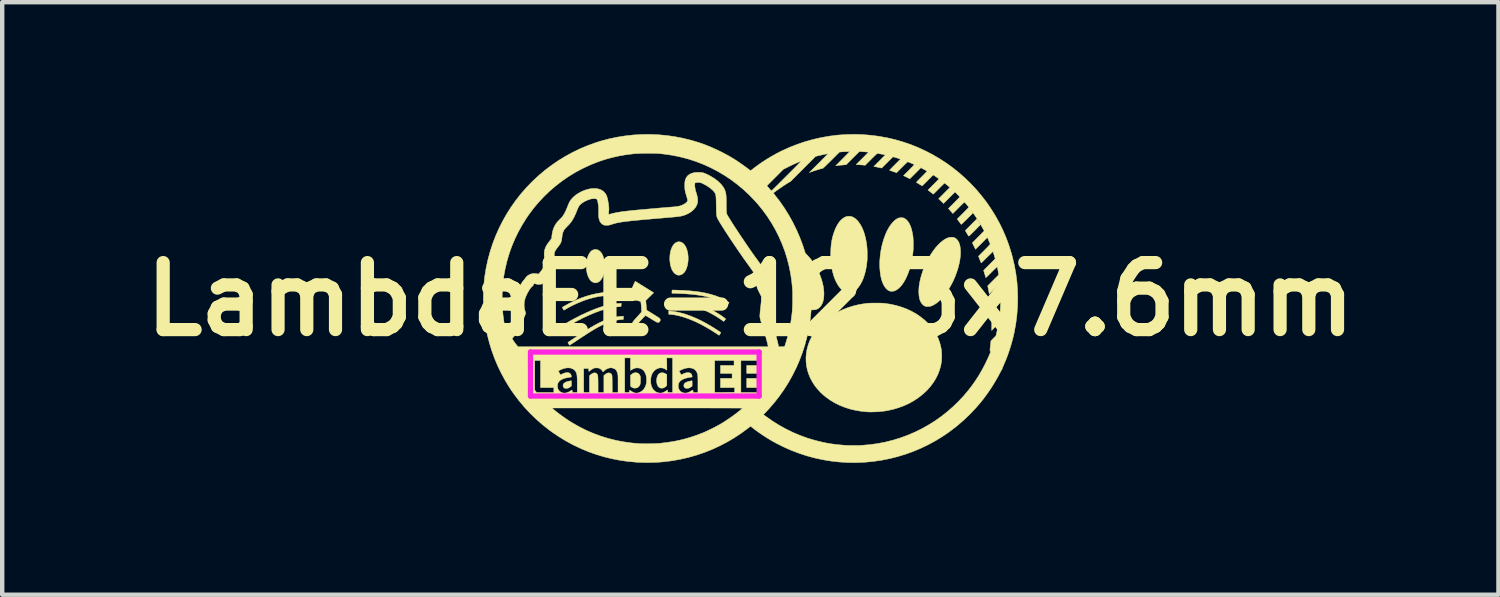
<source format=kicad_pcb>
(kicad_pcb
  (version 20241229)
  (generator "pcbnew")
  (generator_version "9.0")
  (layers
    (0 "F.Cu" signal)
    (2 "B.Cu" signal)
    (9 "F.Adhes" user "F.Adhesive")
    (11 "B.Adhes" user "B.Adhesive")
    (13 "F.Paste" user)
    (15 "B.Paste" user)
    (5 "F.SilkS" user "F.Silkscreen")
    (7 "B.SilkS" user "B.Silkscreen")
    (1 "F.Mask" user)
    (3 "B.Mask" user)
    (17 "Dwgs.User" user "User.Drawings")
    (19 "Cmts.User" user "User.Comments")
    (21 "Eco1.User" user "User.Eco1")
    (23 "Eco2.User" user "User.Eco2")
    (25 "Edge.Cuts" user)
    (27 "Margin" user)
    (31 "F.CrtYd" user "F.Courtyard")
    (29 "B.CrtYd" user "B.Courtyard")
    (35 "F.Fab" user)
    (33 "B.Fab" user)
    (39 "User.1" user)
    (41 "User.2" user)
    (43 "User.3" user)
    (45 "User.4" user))
  (footprint "LambdaEE-12.3x7.6mm"
    (layer "F.Cu")
    (at 14.014 3.756)
    (property "Reference" "LambdaEE-12.3x7.6mm" (at 0 0 0) (layer "F.SilkS") (effects (font (size 1.524 1.524) (thickness 0.3))))
    (attr exclude_from_pos_files exclude_from_bom)
    (fp_poly (pts (xy -1.976 1.674) (xy -1.943 1.685) (xy -1.92 1.698) (xy -1.9 1.711) (xy -1.9 1.962) (xy -1.921 1.982) (xy -1.949 2.003) (xy -1.979 2.017) (xy -2.011 2.022) (xy -2.042 2.019) (xy -2.059 2.013) (xy -2.083 1.997) (xy -2.103 1.973) (xy -2.117 1.942) (xy -2.12 1.934) (xy -2.13 1.888) (xy -2.132 1.841) (xy -2.128 1.797) (xy -2.117 1.757) (xy -2.1 1.722) (xy -2.088 1.705) (xy -2.066 1.686) (xy -2.039 1.675) (xy -2.008 1.67) (xy -1.976 1.674)) (stroke (width 0.01) (type solid)) (fill yes) (layer "F.SilkS"))
    (fp_poly (pts (xy -1.327 1.854) (xy -1.325 1.859) (xy -1.324 1.869) (xy -1.324 1.885) (xy -1.324 1.91) (xy -1.324 1.973) (xy -1.345 1.99) (xy -1.375 2.01) (xy -1.406 2.023) (xy -1.438 2.027) (xy -1.467 2.024) (xy -1.478 2.02) (xy -1.496 2.007) (xy -1.508 1.989) (xy -1.513 1.968) (xy -1.511 1.946) (xy -1.503 1.924) (xy -1.488 1.907) (xy -1.475 1.897) (xy -1.461 1.889) (xy -1.444 1.881) (xy -1.423 1.874) (xy -1.396 1.867) (xy -1.361 1.859) (xy -1.335 1.853) (xy -1.33 1.853) (xy -1.327 1.854)) (stroke (width 0.01) (type solid)) (fill yes) (layer "F.SilkS"))
    (fp_poly (pts (xy -4.072 1.854) (xy -4.07 1.859) (xy -4.069 1.869) (xy -4.069 1.885) (xy -4.069 1.91) (xy -4.069 1.972) (xy -4.095 1.992) (xy -4.112 2.004) (xy -4.13 2.014) (xy -4.142 2.02) (xy -4.161 2.024) (xy -4.184 2.027) (xy -4.206 2.026) (xy -4.222 2.023) (xy -4.223 2.022) (xy -4.233 2.016) (xy -4.244 2.005) (xy -4.247 2.002) (xy -4.255 1.992) (xy -4.258 1.982) (xy -4.259 1.97) (xy -4.258 1.957) (xy -4.257 1.94) (xy -4.253 1.928) (xy -4.246 1.919) (xy -4.234 1.908) (xy -4.208 1.889) (xy -4.173 1.874) (xy -4.13 1.863) (xy -4.12 1.861) (xy -4.102 1.858) (xy -4.087 1.855) (xy -4.08 1.853) (xy -4.075 1.853) (xy -4.072 1.854)) (stroke (width 0.01) (type solid)) (fill yes) (layer "F.SilkS"))
    (fp_poly (pts (xy -1.826 0.267) (xy -1.714 0.281) (xy -1.6 0.305) (xy -1.483 0.337) (xy -1.364 0.379) (xy -1.242 0.429) (xy -1.117 0.488) (xy -0.989 0.557) (xy -0.9 0.609) (xy -0.872 0.626) (xy -0.842 0.644) (xy -0.811 0.664) (xy -0.781 0.683) (xy -0.752 0.701) (xy -0.726 0.719) (xy -0.704 0.733) (xy -0.687 0.745) (xy -0.676 0.753) (xy -0.672 0.756) (xy -0.674 0.762) (xy -0.68 0.773) (xy -0.689 0.787) (xy -0.69 0.789) (xy -0.711 0.819) (xy -0.784 0.77) (xy -0.904 0.694) (xy -1.023 0.625) (xy -1.139 0.562) (xy -1.253 0.507) (xy -1.364 0.46) (xy -1.472 0.42) (xy -1.576 0.388) (xy -1.675 0.364) (xy -1.745 0.351) (xy -1.772 0.348) (xy -1.797 0.345) (xy -1.818 0.343) (xy -1.832 0.342) (xy -1.833 0.342) (xy -1.856 0.342) (xy -1.856 0.264) (xy -1.826 0.267)) (stroke (width 0.01) (type solid)) (fill yes) (layer "F.SilkS"))
    (fp_poly (pts (xy -1.599 -1.306) (xy -1.566 -1.295) (xy -1.535 -1.276) (xy -1.505 -1.247) (xy -1.479 -1.21) (xy -1.465 -1.185) (xy -1.445 -1.134) (xy -1.429 -1.078) (xy -1.419 -1.02) (xy -1.414 -0.959) (xy -1.414 -0.899) (xy -1.419 -0.839) (xy -1.429 -0.781) (xy -1.444 -0.727) (xy -1.463 -0.677) (xy -1.486 -0.635) (xy -1.508 -0.606) (xy -1.538 -0.579) (xy -1.57 -0.56) (xy -1.603 -0.55) (xy -1.637 -0.548) (xy -1.664 -0.554) (xy -1.697 -0.57) (xy -1.728 -0.595) (xy -1.755 -0.627) (xy -1.779 -0.667) (xy -1.799 -0.714) (xy -1.814 -0.767) (xy -1.825 -0.825) (xy -1.831 -0.887) (xy -1.832 -0.927) (xy -1.829 -0.996) (xy -1.821 -1.058) (xy -1.808 -1.115) (xy -1.788 -1.168) (xy -1.78 -1.186) (xy -1.756 -1.228) (xy -1.728 -1.262) (xy -1.697 -1.286) (xy -1.665 -1.302) (xy -1.632 -1.308) (xy -1.599 -1.306)) (stroke (width 0.01) (type solid)) (fill yes) (layer "F.SilkS"))
    (fp_poly (pts (xy -2.578 1.673) (xy -2.553 1.683) (xy -2.533 1.7) (xy -2.515 1.725) (xy -2.51 1.736) (xy -2.505 1.747) (xy -2.502 1.757) (xy -2.5 1.769) (xy -2.499 1.784) (xy -2.499 1.806) (xy -2.499 1.835) (xy -2.499 1.837) (xy -2.499 1.873) (xy -2.501 1.902) (xy -2.505 1.925) (xy -2.511 1.944) (xy -2.52 1.961) (xy -2.532 1.979) (xy -2.532 1.98) (xy -2.553 1.999) (xy -2.579 2.013) (xy -2.609 2.021) (xy -2.639 2.021) (xy -2.657 2.018) (xy -2.672 2.012) (xy -2.691 2.003) (xy -2.708 1.993) (xy -2.717 1.986) (xy -2.72 1.984) (xy -2.722 1.979) (xy -2.723 1.972) (xy -2.724 1.96) (xy -2.725 1.943) (xy -2.725 1.92) (xy -2.726 1.889) (xy -2.726 1.853) (xy -2.725 1.727) (xy -2.705 1.71) (xy -2.677 1.689) (xy -2.651 1.677) (xy -2.624 1.671) (xy -2.61 1.671) (xy -2.578 1.673)) (stroke (width 0.01) (type solid)) (fill yes) (layer "F.SilkS"))
    (fp_poly (pts (xy 5.174 -1.795) (xy 5.193 -1.764) (xy 5.209 -1.737) (xy 5.221 -1.717) (xy 5.229 -1.703) (xy 5.231 -1.697) (xy 5.228 -1.692) (xy 5.219 -1.682) (xy 5.204 -1.666) (xy 5.184 -1.646) (xy 5.16 -1.622) (xy 5.134 -1.595) (xy 5.105 -1.566) (xy 5.1 -1.561) (xy 5.067 -1.528) (xy 5.039 -1.5) (xy 5.017 -1.479) (xy 5 -1.463) (xy 4.988 -1.451) (xy 4.978 -1.443) (xy 4.972 -1.439) (xy 4.968 -1.437) (xy 4.965 -1.437) (xy 4.963 -1.44) (xy 4.961 -1.442) (xy 4.95 -1.46) (xy 4.937 -1.48) (xy 4.924 -1.502) (xy 4.912 -1.522) (xy 4.902 -1.54) (xy 4.894 -1.554) (xy 4.89 -1.561) (xy 4.889 -1.562) (xy 4.893 -1.566) (xy 4.902 -1.577) (xy 4.917 -1.592) (xy 4.937 -1.612) (xy 4.96 -1.636) (xy 4.987 -1.663) (xy 5.016 -1.692) (xy 5.021 -1.697) (xy 5.152 -1.828) (xy 5.174 -1.795)) (stroke (width 0.01) (type solid)) (fill yes) (layer "F.SilkS"))
    (fp_poly (pts (xy -3.486 -1.129) (xy -3.452 -1.115) (xy -3.422 -1.093) (xy -3.394 -1.063) (xy -3.37 -1.026) (xy -3.35 -0.981) (xy -3.334 -0.93) (xy -3.322 -0.874) (xy -3.315 -0.811) (xy -3.313 -0.782) (xy -3.313 -0.708) (xy -3.32 -0.642) (xy -3.333 -0.58) (xy -3.353 -0.522) (xy -3.363 -0.501) (xy -3.386 -0.46) (xy -3.412 -0.426) (xy -3.442 -0.4) (xy -3.473 -0.383) (xy -3.506 -0.374) (xy -3.54 -0.375) (xy -3.546 -0.376) (xy -3.576 -0.386) (xy -3.605 -0.403) (xy -3.63 -0.425) (xy -3.658 -0.46) (xy -3.681 -0.502) (xy -3.7 -0.55) (xy -3.715 -0.603) (xy -3.724 -0.66) (xy -3.73 -0.719) (xy -3.73 -0.778) (xy -3.726 -0.837) (xy -3.717 -0.895) (xy -3.703 -0.949) (xy -3.684 -1) (xy -3.66 -1.044) (xy -3.652 -1.057) (xy -3.625 -1.09) (xy -3.596 -1.113) (xy -3.565 -1.127) (xy -3.53 -1.133) (xy -3.521 -1.133) (xy -3.486 -1.129)) (stroke (width 0.01) (type solid)) (fill yes) (layer "F.SilkS"))
    (fp_poly (pts (xy -3.06 -0.164) (xy -3.052 -0.164) (xy -2.994 -0.16) (xy -2.994 -0.13) (xy -2.995 -0.113) (xy -2.996 -0.1) (xy -2.998 -0.095) (xy -3.004 -0.093) (xy -3.017 -0.091) (xy -3.04 -0.09) (xy -3.072 -0.09) (xy -3.113 -0.089) (xy -3.121 -0.089) (xy -3.229 -0.087) (xy -3.332 -0.079) (xy -3.432 -0.066) (xy -3.532 -0.046) (xy -3.635 -0.02) (xy -3.698 -0.002) (xy -3.775 0.024) (xy -3.856 0.056) (xy -3.94 0.091) (xy -4.023 0.13) (xy -4.103 0.17) (xy -4.177 0.211) (xy -4.178 0.212) (xy -4.24 0.248) (xy -4.259 0.216) (xy -4.278 0.184) (xy -4.241 0.161) (xy -4.117 0.092) (xy -3.99 0.03) (xy -3.861 -0.024) (xy -3.731 -0.07) (xy -3.6 -0.107) (xy -3.469 -0.135) (xy -3.34 -0.154) (xy -3.319 -0.156) (xy -3.277 -0.16) (xy -3.232 -0.162) (xy -3.185 -0.164) (xy -3.138 -0.165) (xy -3.096 -0.165) (xy -3.06 -0.164)) (stroke (width 0.01) (type solid)) (fill yes) (layer "F.SilkS"))
    (fp_poly (pts (xy -1.806 0.00005) (xy -1.79 0.001) (xy -1.767 0.002) (xy -1.738 0.005) (xy -1.706 0.007) (xy -1.672 0.011) (xy -1.639 0.014) (xy -1.612 0.018) (xy -1.471 0.04) (xy -1.333 0.071) (xy -1.197 0.11) (xy -1.065 0.158) (xy -0.937 0.214) (xy -0.814 0.277) (xy -0.697 0.348) (xy -0.647 0.382) (xy -0.625 0.398) (xy -0.605 0.412) (xy -0.588 0.425) (xy -0.577 0.433) (xy -0.577 0.434) (xy -0.56 0.448) (xy -0.581 0.474) (xy -0.592 0.488) (xy -0.6 0.497) (xy -0.605 0.502) (xy -0.605 0.502) (xy -0.61 0.5) (xy -0.621 0.492) (xy -0.637 0.481) (xy -0.657 0.468) (xy -0.669 0.459) (xy -0.738 0.413) (xy -0.813 0.366) (xy -0.893 0.322) (xy -0.973 0.281) (xy -1.051 0.245) (xy -1.085 0.231) (xy -1.194 0.19) (xy -1.31 0.155) (xy -1.429 0.125) (xy -1.548 0.102) (xy -1.666 0.086) (xy -1.727 0.081) (xy -1.75 0.079) (xy -1.774 0.077) (xy -1.794 0.075) (xy -1.794 0.075) (xy -1.822 0.072) (xy -1.822 0) (xy -1.806 0.00005)) (stroke (width 0.01) (type solid)) (fill yes) (layer "F.SilkS"))
    (fp_poly (pts (xy -1.709 -0.209) (xy -1.675 -0.208) (xy -1.637 -0.207) (xy -1.595 -0.205) (xy -1.552 -0.203) (xy -1.508 -0.201) (xy -1.464 -0.198) (xy -1.421 -0.195) (xy -1.392 -0.193) (xy -1.256 -0.18) (xy -1.127 -0.162) (xy -1.007 -0.139) (xy -0.896 -0.111) (xy -0.791 -0.079) (xy -0.695 -0.042) (xy -0.606 0.000313) (xy -0.524 0.048) (xy -0.519 0.051) (xy -0.483 0.074) (xy -0.491 0.087) (xy -0.507 0.11) (xy -0.517 0.127) (xy -0.523 0.135) (xy -0.525 0.137) (xy -0.529 0.134) (xy -0.539 0.128) (xy -0.554 0.118) (xy -0.564 0.112) (xy -0.635 0.071) (xy -0.714 0.033) (xy -0.798 -0.001) (xy -0.886 -0.03) (xy -0.904 -0.036) (xy -0.972 -0.054) (xy -1.041 -0.07) (xy -1.114 -0.084) (xy -1.192 -0.096) (xy -1.275 -0.107) (xy -1.363 -0.116) (xy -1.459 -0.123) (xy -1.562 -0.129) (xy -1.675 -0.134) (xy -1.691 -0.135) (xy -1.783 -0.138) (xy -1.783 -0.17) (xy -1.782 -0.188) (xy -1.781 -0.201) (xy -1.779 -0.208) (xy -1.773 -0.209) (xy -1.759 -0.21) (xy -1.737 -0.21) (xy -1.709 -0.209)) (stroke (width 0.01) (type solid)) (fill yes) (layer "F.SilkS"))
    (fp_poly (pts (xy -2.938 0.128) (xy -2.939 0.145) (xy -2.941 0.158) (xy -2.942 0.164) (xy -2.942 0.164) (xy -2.947 0.165) (xy -2.96 0.166) (xy -2.979 0.168) (xy -3.003 0.17) (xy -3.012 0.17) (xy -3.108 0.182) (xy -3.209 0.201) (xy -3.316 0.229) (xy -3.428 0.264) (xy -3.545 0.308) (xy -3.668 0.36) (xy -3.796 0.419) (xy -3.93 0.487) (xy -4.069 0.563) (xy -4.213 0.646) (xy -4.237 0.66) (xy -4.258 0.673) (xy -4.275 0.683) (xy -4.285 0.689) (xy -4.289 0.692) (xy -4.293 0.688) (xy -4.3 0.679) (xy -4.309 0.664) (xy -4.31 0.661) (xy -4.319 0.645) (xy -4.324 0.633) (xy -4.325 0.626) (xy -4.325 0.626) (xy -4.319 0.622) (xy -4.307 0.614) (xy -4.289 0.603) (xy -4.267 0.59) (xy -4.242 0.575) (xy -4.109 0.498) (xy -3.979 0.428) (xy -3.853 0.363) (xy -3.731 0.306) (xy -3.614 0.255) (xy -3.502 0.211) (xy -3.395 0.174) (xy -3.294 0.144) (xy -3.199 0.121) (xy -3.152 0.113) (xy -3.109 0.106) (xy -3.066 0.1) (xy -3.025 0.096) (xy -2.989 0.094) (xy -2.964 0.093) (xy -2.934 0.093) (xy -2.938 0.128)) (stroke (width 0.01) (type solid)) (fill yes) (layer "F.SilkS"))
    (fp_poly (pts (xy -2.887 0.422) (xy -2.887 0.441) (xy -2.888 0.452) (xy -2.89 0.457) (xy -2.895 0.459) (xy -2.898 0.459) (xy -2.954 0.463) (xy -3.016 0.471) (xy -3.08 0.484) (xy -3.146 0.501) (xy -3.185 0.513) (xy -3.231 0.529) (xy -3.276 0.546) (xy -3.321 0.564) (xy -3.367 0.585) (xy -3.414 0.608) (xy -3.463 0.634) (xy -3.516 0.663) (xy -3.572 0.696) (xy -3.632 0.733) (xy -3.698 0.774) (xy -3.77 0.82) (xy -3.848 0.872) (xy -3.88 0.893) (xy -3.92 0.92) (xy -3.958 0.945) (xy -3.993 0.968) (xy -4.024 0.989) (xy -4.051 1.006) (xy -4.072 1.02) (xy -4.087 1.03) (xy -4.094 1.035) (xy -4.112 1.046) (xy -4.132 1.015) (xy -4.142 0.999) (xy -4.147 0.989) (xy -4.148 0.983) (xy -4.145 0.979) (xy -4.143 0.978) (xy -4.134 0.971) (xy -4.117 0.959) (xy -4.093 0.944) (xy -4.065 0.925) (xy -4.032 0.903) (xy -3.995 0.878) (xy -3.956 0.853) (xy -3.916 0.826) (xy -3.875 0.799) (xy -3.834 0.772) (xy -3.794 0.747) (xy -3.757 0.722) (xy -3.723 0.7) (xy -3.693 0.681) (xy -3.668 0.665) (xy -3.649 0.653) (xy -3.639 0.647) (xy -3.541 0.59) (xy -3.448 0.541) (xy -3.36 0.499) (xy -3.276 0.464) (xy -3.195 0.436) (xy -3.117 0.415) (xy -3.04 0.399) (xy -2.965 0.39) (xy -2.941 0.388) (xy -2.887 0.384) (xy -2.887 0.422)) (stroke (width 0.01) (type solid)) (fill yes) (layer "F.SilkS"))
    (fp_poly (pts (xy 4.59 -1.411) (xy 4.614 -1.408) (xy 4.633 -1.404) (xy 4.65 -1.397) (xy 4.654 -1.394) (xy 4.687 -1.371) (xy 4.715 -1.34) (xy 4.738 -1.301) (xy 4.756 -1.256) (xy 4.769 -1.204) (xy 4.777 -1.146) (xy 4.78 -1.083) (xy 4.779 -1.016) (xy 4.772 -0.944) (xy 4.761 -0.868) (xy 4.744 -0.789) (xy 4.723 -0.708) (xy 4.696 -0.624) (xy 4.665 -0.539) (xy 4.657 -0.518) (xy 4.62 -0.432) (xy 4.579 -0.35) (xy 4.535 -0.271) (xy 4.489 -0.197) (xy 4.44 -0.128) (xy 4.39 -0.064) (xy 4.339 -0.007) (xy 4.288 0.043) (xy 4.236 0.086) (xy 4.185 0.12) (xy 4.135 0.145) (xy 4.128 0.148) (xy 4.106 0.156) (xy 4.087 0.161) (xy 4.065 0.163) (xy 4.044 0.164) (xy 4.023 0.165) (xy 4.003 0.164) (xy 3.99 0.163) (xy 3.986 0.162) (xy 3.95 0.145) (xy 3.919 0.12) (xy 3.891 0.087) (xy 3.868 0.047) (xy 3.851 0.000214) (xy 3.847 -0.015) (xy 3.836 -0.079) (xy 3.831 -0.15) (xy 3.832 -0.227) (xy 3.839 -0.309) (xy 3.853 -0.394) (xy 3.873 -0.483) (xy 3.899 -0.574) (xy 3.93 -0.667) (xy 3.948 -0.713) (xy 3.985 -0.8) (xy 4.025 -0.883) (xy 4.069 -0.963) (xy 4.115 -1.038) (xy 4.164 -1.109) (xy 4.214 -1.174) (xy 4.265 -1.232) (xy 4.317 -1.284) (xy 4.369 -1.327) (xy 4.421 -1.363) (xy 4.457 -1.382) (xy 4.494 -1.398) (xy 4.528 -1.407) (xy 4.562 -1.411) (xy 4.59 -1.411)) (stroke (width 0.01) (type solid)) (fill yes) (layer "F.SilkS"))
    (fp_poly (pts (xy 2.264 -1.888) (xy 2.306 -1.879) (xy 2.348 -1.861) (xy 2.389 -1.833) (xy 2.42 -1.806) (xy 2.464 -1.755) (xy 2.504 -1.696) (xy 2.54 -1.629) (xy 2.572 -1.554) (xy 2.599 -1.472) (xy 2.622 -1.382) (xy 2.64 -1.286) (xy 2.65 -1.209) (xy 2.653 -1.173) (xy 2.656 -1.13) (xy 2.658 -1.082) (xy 2.658 -1.032) (xy 2.658 -0.982) (xy 2.658 -0.934) (xy 2.656 -0.892) (xy 2.653 -0.856) (xy 2.653 -0.852) (xy 2.639 -0.746) (xy 2.62 -0.646) (xy 2.595 -0.554) (xy 2.567 -0.47) (xy 2.533 -0.394) (xy 2.494 -0.326) (xy 2.49 -0.319) (xy 2.452 -0.267) (xy 2.413 -0.225) (xy 2.372 -0.192) (xy 2.329 -0.168) (xy 2.285 -0.154) (xy 2.24 -0.149) (xy 2.21 -0.151) (xy 2.168 -0.162) (xy 2.127 -0.183) (xy 2.087 -0.211) (xy 2.049 -0.249) (xy 2.013 -0.293) (xy 1.979 -0.345) (xy 1.948 -0.404) (xy 1.919 -0.469) (xy 1.894 -0.54) (xy 1.873 -0.616) (xy 1.855 -0.696) (xy 1.849 -0.729) (xy 1.842 -0.777) (xy 1.836 -0.821) (xy 1.832 -0.864) (xy 1.829 -0.906) (xy 1.828 -0.952) (xy 1.827 -1.003) (xy 1.828 -1.061) (xy 1.828 -1.061) (xy 1.831 -1.142) (xy 1.836 -1.215) (xy 1.844 -1.283) (xy 1.855 -1.347) (xy 1.869 -1.41) (xy 1.887 -1.475) (xy 1.9 -1.514) (xy 1.927 -1.587) (xy 1.957 -1.652) (xy 1.989 -1.71) (xy 2.024 -1.76) (xy 2.061 -1.802) (xy 2.1 -1.836) (xy 2.14 -1.862) (xy 2.18 -1.88) (xy 2.222 -1.888) (xy 2.264 -1.888)) (stroke (width 0.01) (type solid)) (fill yes) (layer "F.SilkS"))
    (fp_poly (pts (xy 3.431 -1.854) (xy 3.456 -1.853) (xy 3.473 -1.852) (xy 3.486 -1.849) (xy 3.497 -1.845) (xy 3.5 -1.843) (xy 3.539 -1.817) (xy 3.573 -1.783) (xy 3.604 -1.74) (xy 3.631 -1.689) (xy 3.655 -1.629) (xy 3.674 -1.56) (xy 3.69 -1.482) (xy 3.696 -1.449) (xy 3.699 -1.419) (xy 3.702 -1.382) (xy 3.704 -1.339) (xy 3.706 -1.294) (xy 3.706 -1.247) (xy 3.706 -1.202) (xy 3.705 -1.16) (xy 3.704 -1.124) (xy 3.703 -1.116) (xy 3.693 -1.019) (xy 3.678 -0.925) (xy 3.66 -0.833) (xy 3.638 -0.745) (xy 3.613 -0.661) (xy 3.584 -0.582) (xy 3.553 -0.508) (xy 3.519 -0.44) (xy 3.483 -0.379) (xy 3.444 -0.324) (xy 3.404 -0.278) (xy 3.362 -0.239) (xy 3.319 -0.21) (xy 3.299 -0.199) (xy 3.278 -0.191) (xy 3.259 -0.185) (xy 3.238 -0.183) (xy 3.227 -0.182) (xy 3.206 -0.182) (xy 3.188 -0.183) (xy 3.176 -0.185) (xy 3.175 -0.185) (xy 3.137 -0.203) (xy 3.102 -0.229) (xy 3.071 -0.263) (xy 3.043 -0.305) (xy 3.018 -0.354) (xy 2.996 -0.409) (xy 2.978 -0.469) (xy 2.964 -0.535) (xy 2.953 -0.606) (xy 2.946 -0.681) (xy 2.942 -0.759) (xy 2.942 -0.84) (xy 2.947 -0.923) (xy 2.955 -1.007) (xy 2.967 -1.093) (xy 2.983 -1.18) (xy 3.004 -1.266) (xy 3.029 -1.352) (xy 3.039 -1.382) (xy 3.072 -1.473) (xy 3.108 -1.554) (xy 3.148 -1.627) (xy 3.191 -1.692) (xy 3.238 -1.749) (xy 3.255 -1.766) (xy 3.278 -1.788) (xy 3.296 -1.805) (xy 3.313 -1.817) (xy 3.33 -1.828) (xy 3.343 -1.835) (xy 3.362 -1.843) (xy 3.376 -1.849) (xy 3.389 -1.852) (xy 3.405 -1.853) (xy 3.426 -1.854) (xy 3.431 -1.854)) (stroke (width 0.01) (type solid)) (fill yes) (layer "F.SilkS"))
    (fp_poly (pts (xy 2.892 0.086) (xy 2.936 0.086) (xy 2.977 0.088) (xy 3.012 0.089) (xy 3.04 0.091) (xy 3.046 0.092) (xy 3.177 0.111) (xy 3.304 0.138) (xy 3.425 0.173) (xy 3.541 0.215) (xy 3.651 0.265) (xy 3.755 0.322) (xy 3.784 0.34) (xy 3.878 0.405) (xy 3.965 0.475) (xy 4.043 0.55) (xy 4.113 0.628) (xy 4.174 0.711) (xy 4.227 0.798) (xy 4.271 0.888) (xy 4.306 0.982) (xy 4.331 1.079) (xy 4.345 1.154) (xy 4.348 1.183) (xy 4.35 1.22) (xy 4.352 1.26) (xy 4.352 1.303) (xy 4.351 1.343) (xy 4.35 1.38) (xy 4.347 1.41) (xy 4.347 1.412) (xy 4.33 1.511) (xy 4.303 1.608) (xy 4.267 1.703) (xy 4.222 1.795) (xy 4.168 1.884) (xy 4.105 1.97) (xy 4.034 2.052) (xy 4.001 2.086) (xy 3.912 2.167) (xy 3.817 2.241) (xy 3.715 2.308) (xy 3.608 2.368) (xy 3.494 2.42) (xy 3.375 2.464) (xy 3.252 2.501) (xy 3.123 2.53) (xy 3.111 2.532) (xy 3.044 2.543) (xy 2.972 2.551) (xy 2.897 2.558) (xy 2.821 2.561) (xy 2.747 2.563) (xy 2.679 2.562) (xy 2.64 2.559) (xy 2.508 2.545) (xy 2.38 2.523) (xy 2.257 2.493) (xy 2.138 2.454) (xy 2.024 2.408) (xy 1.916 2.354) (xy 1.813 2.292) (xy 1.716 2.222) (xy 1.675 2.189) (xy 1.596 2.117) (xy 1.525 2.04) (xy 1.462 1.96) (xy 1.408 1.875) (xy 1.362 1.788) (xy 1.325 1.698) (xy 1.296 1.606) (xy 1.277 1.512) (xy 1.267 1.416) (xy 1.265 1.32) (xy 1.274 1.223) (xy 1.291 1.126) (xy 1.317 1.033) (xy 1.353 0.938) (xy 1.399 0.846) (xy 1.453 0.757) (xy 1.516 0.672) (xy 1.588 0.59) (xy 1.667 0.512) (xy 1.755 0.439) (xy 1.782 0.419) (xy 1.881 0.351) (xy 1.987 0.291) (xy 2.098 0.237) (xy 2.215 0.191) (xy 2.337 0.153) (xy 2.463 0.122) (xy 2.594 0.1) (xy 2.655 0.092) (xy 2.681 0.09) (xy 2.715 0.088) (xy 2.756 0.087) (xy 2.799 0.086) (xy 2.845 0.086) (xy 2.892 0.086)) (stroke (width 0.01) (type solid)) (fill yes) (layer "F.SilkS"))
    (fp_poly (pts (xy -2.613 -0.406) (xy -2.601 -0.399) (xy -2.582 -0.387) (xy -2.557 -0.372) (xy -2.527 -0.354) (xy -2.493 -0.332) (xy -2.455 -0.309) (xy -2.415 -0.284) (xy -2.406 -0.278) (xy -2.198 -0.149) (xy -2.378 0.027) (xy -2.369 0.136) (xy -2.366 0.168) (xy -2.363 0.196) (xy -2.361 0.219) (xy -2.36 0.236) (xy -2.358 0.245) (xy -2.358 0.247) (xy -2.354 0.249) (xy -2.342 0.257) (xy -2.324 0.268) (xy -2.301 0.282) (xy -2.273 0.3) (xy -2.241 0.319) (xy -2.213 0.337) (xy -2.179 0.358) (xy -2.147 0.378) (xy -2.118 0.396) (xy -2.095 0.411) (xy -2.076 0.424) (xy -2.064 0.432) (xy -2.06 0.435) (xy -2.051 0.453) (xy -2.049 0.474) (xy -2.053 0.494) (xy -2.064 0.511) (xy -2.076 0.52) (xy -2.085 0.525) (xy -2.094 0.527) (xy -2.103 0.527) (xy -2.114 0.525) (xy -2.127 0.52) (xy -2.144 0.512) (xy -2.166 0.499) (xy -2.194 0.483) (xy -2.228 0.462) (xy -2.25 0.449) (xy -2.281 0.429) (xy -2.311 0.411) (xy -2.337 0.395) (xy -2.358 0.383) (xy -2.374 0.374) (xy -2.382 0.369) (xy -2.384 0.368) (xy -2.389 0.371) (xy -2.4 0.381) (xy -2.416 0.398) (xy -2.437 0.42) (xy -2.462 0.447) (xy -2.489 0.476) (xy -2.514 0.504) (xy -2.537 0.53) (xy -2.558 0.552) (xy -2.575 0.57) (xy -2.588 0.583) (xy -2.596 0.59) (xy -2.598 0.591) (xy -2.619 0.596) (xy -2.642 0.591) (xy -2.651 0.586) (xy -2.666 0.574) (xy -2.675 0.558) (xy -2.677 0.538) (xy -2.677 0.532) (xy -2.676 0.526) (xy -2.674 0.52) (xy -2.67 0.513) (xy -2.664 0.504) (xy -2.654 0.491) (xy -2.641 0.476) (xy -2.623 0.455) (xy -2.599 0.429) (xy -2.57 0.397) (xy -2.569 0.396) (xy -2.546 0.37) (xy -2.525 0.346) (xy -2.506 0.325) (xy -2.491 0.308) (xy -2.481 0.297) (xy -2.477 0.292) (xy -2.475 0.288) (xy -2.474 0.281) (xy -2.474 0.27) (xy -2.474 0.254) (xy -2.475 0.231) (xy -2.477 0.201) (xy -2.479 0.17) (xy -2.482 0.136) (xy -2.485 0.106) (xy -2.488 0.082) (xy -2.49 0.063) (xy -2.492 0.053) (xy -2.493 0.051) (xy -2.499 0.048) (xy -2.513 0.044) (xy -2.535 0.039) (xy -2.562 0.032) (xy -2.594 0.025) (xy -2.629 0.017) (xy -2.64 0.015) (xy -2.676 0.007) (xy -2.709 -0.001) (xy -2.737 -0.007) (xy -2.76 -0.013) (xy -2.777 -0.017) (xy -2.785 -0.019) (xy -2.786 -0.02) (xy -2.785 -0.025) (xy -2.78 -0.037) (xy -2.773 -0.057) (xy -2.763 -0.082) (xy -2.75 -0.111) (xy -2.737 -0.144) (xy -2.722 -0.179) (xy -2.706 -0.215) (xy -2.691 -0.251) (xy -2.675 -0.286) (xy -2.661 -0.318) (xy -2.648 -0.348) (xy -2.636 -0.373) (xy -2.627 -0.392) (xy -2.621 -0.404) (xy -2.618 -0.409) (xy -2.618 -0.409) (xy -2.613 -0.406)) (stroke (width 0.01) (type solid)) (fill yes) (layer "F.SilkS"))
    (fp_poly (pts (xy 2.542 -3.746) (xy 2.731 -3.731) (xy 2.919 -3.707) (xy 3.107 -3.673) (xy 3.111 -3.673) (xy 3.294 -3.63) (xy 3.473 -3.578) (xy 3.649 -3.518) (xy 3.82 -3.449) (xy 3.988 -3.371) (xy 4.151 -3.286) (xy 4.309 -3.193) (xy 4.463 -3.093) (xy 4.611 -2.985) (xy 4.753 -2.871) (xy 4.89 -2.749) (xy 5.021 -2.621) (xy 5.146 -2.487) (xy 5.263 -2.347) (xy 5.375 -2.202) (xy 5.478 -2.05) (xy 5.575 -1.894) (xy 5.664 -1.733) (xy 5.745 -1.567) (xy 5.818 -1.396) (xy 5.882 -1.222) (xy 5.938 -1.043) (xy 5.961 -0.957) (xy 6.005 -0.77) (xy 6.039 -0.581) (xy 6.063 -0.392) (xy 6.077 -0.203) (xy 6.081 -0.013) (xy 6.076 0.178) (xy 6.061 0.368) (xy 6.037 0.558) (xy 6.002 0.748) (xy 5.996 0.779) (xy 5.968 0.896) (xy 5.935 1.016) (xy 5.897 1.139) (xy 5.856 1.26) (xy 5.811 1.377) (xy 5.765 1.487) (xy 5.758 1.502) (xy 5.748 1.526) (xy 5.738 1.548) (xy 5.731 1.567) (xy 5.727 1.579) (xy 5.727 1.581) (xy 5.723 1.593) (xy 5.718 1.601) (xy 5.717 1.601) (xy 5.713 1.607) (xy 5.705 1.619) (xy 5.696 1.636) (xy 5.691 1.646) (xy 5.624 1.772) (xy 5.55 1.899) (xy 5.471 2.026) (xy 5.387 2.148) (xy 5.3 2.265) (xy 5.239 2.342) (xy 5.12 2.48) (xy 4.994 2.613) (xy 4.861 2.74) (xy 4.724 2.859) (xy 4.672 2.902) (xy 4.522 3.016) (xy 4.366 3.122) (xy 4.206 3.22) (xy 4.041 3.309) (xy 3.872 3.39) (xy 3.7 3.462) (xy 3.524 3.525) (xy 3.345 3.579) (xy 3.163 3.625) (xy 2.979 3.661) (xy 2.793 3.688) (xy 2.605 3.706) (xy 2.416 3.714) (xy 2.225 3.713) (xy 2.205 3.712) (xy 2.017 3.7) (xy 1.83 3.679) (xy 1.644 3.648) (xy 1.46 3.608) (xy 1.279 3.559) (xy 1.1 3.5) (xy 0.925 3.433) (xy 0.754 3.357) (xy 0.587 3.273) (xy 0.498 3.224) (xy 0.396 3.163) (xy 0.293 3.097) (xy 0.193 3.029) (xy 0.098 2.96) (xy 0.038 2.913) (xy 0.005 2.886) (xy -0.057 2.935) (xy -0.211 3.048) (xy -0.369 3.152) (xy -0.532 3.248) (xy -0.699 3.335) (xy -0.87 3.414) (xy -1.045 3.483) (xy -1.223 3.544) (xy -1.405 3.596) (xy -1.59 3.638) (xy -1.778 3.672) (xy -1.969 3.696) (xy -2.108 3.707) (xy -2.14 3.709) (xy -2.181 3.71) (xy -2.227 3.711) (xy -2.277 3.712) (xy -2.33 3.712) (xy -2.383 3.712) (xy -2.435 3.711) (xy -2.483 3.711) (xy -2.526 3.709) (xy -2.562 3.708) (xy -2.572 3.707) (xy -2.765 3.69) (xy -2.955 3.664) (xy -3.142 3.628) (xy -3.326 3.583) (xy -3.507 3.529) (xy -3.684 3.466) (xy -3.858 3.393) (xy -4.029 3.312) (xy -4.195 3.222) (xy -4.357 3.123) (xy -4.515 3.016) (xy -4.579 2.969) (xy -4.729 2.85) (xy -4.871 2.725) (xy -5.007 2.594) (xy -5.121 2.472) (xy -4.511 2.472) (xy -4.491 2.49) (xy -4.447 2.528) (xy -4.395 2.57) (xy -4.337 2.614) (xy -4.276 2.659) (xy -4.212 2.704) (xy -4.148 2.747) (xy -4.085 2.788) (xy -4.037 2.817) (xy -3.881 2.905) (xy -3.721 2.985) (xy -3.558 3.055) (xy -3.393 3.115) (xy -3.223 3.167) (xy -3.051 3.21) (xy -2.874 3.243) (xy -2.694 3.268) (xy -2.511 3.284) (xy -2.501 3.284) (xy -2.478 3.285) (xy -2.447 3.286) (xy -2.409 3.286) (xy -2.367 3.285) (xy -2.321 3.285) (xy -2.274 3.284) (xy -2.227 3.283) (xy -2.182 3.282) (xy -2.14 3.28) (xy -2.103 3.278) (xy -2.073 3.277) (xy -2.056 3.275) (xy -1.884 3.255) (xy -1.718 3.228) (xy -1.555 3.193) (xy -1.395 3.149) (xy -1.237 3.097) (xy -1.079 3.037) (xy -1.076 3.035) (xy -1.039 3.02) (xy -0.996 3) (xy -0.949 2.978) (xy -0.899 2.954) (xy -0.848 2.929) (xy -0.799 2.903) (xy -0.753 2.879) (xy -0.713 2.857) (xy -0.696 2.848) (xy -0.65 2.821) (xy -0.599 2.789) (xy -0.545 2.754) (xy -0.491 2.718) (xy -0.439 2.682) (xy -0.391 2.648) (xy -0.356 2.623) (xy 0.297 2.623) (xy 0.353 2.664) (xy 0.5 2.767) (xy 0.653 2.863) (xy 0.81 2.95) (xy 0.971 3.029) (xy 1.136 3.098) (xy 1.304 3.159) (xy 1.475 3.21) (xy 1.639 3.25) (xy 1.734 3.27) (xy 1.829 3.286) (xy 1.926 3.299) (xy 2.027 3.31) (xy 2.134 3.319) (xy 2.196 3.323) (xy 2.221 3.324) (xy 2.253 3.325) (xy 2.292 3.325) (xy 2.334 3.325) (xy 2.378 3.325) (xy 2.421 3.325) (xy 2.462 3.324) (xy 2.498 3.323) (xy 2.528 3.322) (xy 2.533 3.321) (xy 2.716 3.306) (xy 2.896 3.281) (xy 3.073 3.247) (xy 3.247 3.203) (xy 3.418 3.15) (xy 3.586 3.088) (xy 3.751 3.017) (xy 3.912 2.937) (xy 4.07 2.847) (xy 4.208 2.76) (xy 4.345 2.663) (xy 4.478 2.558) (xy 4.607 2.445) (xy 4.731 2.325) (xy 4.849 2.2) (xy 4.959 2.069) (xy 5.031 1.976) (xy 5.119 1.852) (xy 5.203 1.721) (xy 5.281 1.585) (xy 5.353 1.446) (xy 5.418 1.307) (xy 5.452 1.227) (xy 5.461 1.205) (xy 5.468 1.186) (xy 5.473 1.172) (xy 5.476 1.164) (xy 5.476 1.164) (xy 5.473 1.165) (xy 5.465 1.171) (xy 5.464 1.172) (xy 5.452 1.183) (xy 5.45 1.169) (xy 5.45 1.161) (xy 5.451 1.144) (xy 5.452 1.121) (xy 5.455 1.093) (xy 5.458 1.062) (xy 5.46 1.051) (xy 5.472 0.945) (xy 5.528 0.888) (xy 5.584 0.832) (xy 5.596 0.783) (xy 5.601 0.761) (xy 5.607 0.734) (xy 5.614 0.704) (xy 5.62 0.674) (xy 5.627 0.644) (xy 5.632 0.616) (xy 5.637 0.593) (xy 5.64 0.575) (xy 5.642 0.564) (xy 5.642 0.563) (xy 5.638 0.563) (xy 5.629 0.571) (xy 5.615 0.583) (xy 5.596 0.601) (xy 5.574 0.623) (xy 5.565 0.631) (xy 5.488 0.708) (xy 5.489 0.597) (xy 5.491 0.486) (xy 5.68 0.296) (xy 5.683 0.253) (xy 5.684 0.232) (xy 5.686 0.204) (xy 5.687 0.173) (xy 5.688 0.142) (xy 5.689 0.135) (xy 5.692 0.061) (xy 5.587 0.166) (xy 5.481 0.27) (xy 5.479 0.244) (xy 5.477 0.229) (xy 5.475 0.208) (xy 5.472 0.181) (xy 5.469 0.153) (xy 5.468 0.144) (xy 5.461 0.071) (xy 5.576 -0.044) (xy 5.691 -0.159) (xy 5.685 -0.242) (xy 5.683 -0.271) (xy 5.681 -0.298) (xy 5.679 -0.32) (xy 5.677 -0.337) (xy 5.677 -0.343) (xy 5.673 -0.362) (xy 5.554 -0.242) (xy 5.434 -0.122) (xy 5.416 -0.214) (xy 5.398 -0.305) (xy 5.523 -0.431) (xy 5.648 -0.556) (xy 5.645 -0.582) (xy 5.642 -0.597) (xy 5.639 -0.617) (xy 5.634 -0.641) (xy 5.63 -0.666) (xy 5.625 -0.69) (xy 5.62 -0.712) (xy 5.617 -0.728) (xy 5.615 -0.737) (xy 5.615 -0.737) (xy 5.61 -0.736) (xy 5.6 -0.728) (xy 5.583 -0.712) (xy 5.559 -0.69) (xy 5.528 -0.66) (xy 5.491 -0.624) (xy 5.483 -0.616) (xy 5.45 -0.582) (xy 5.423 -0.556) (xy 5.401 -0.534) (xy 5.385 -0.519) (xy 5.373 -0.507) (xy 5.364 -0.5) (xy 5.358 -0.496) (xy 5.354 -0.495) (xy 5.352 -0.497) (xy 5.351 -0.5) (xy 5.351 -0.501) (xy 5.348 -0.511) (xy 5.343 -0.528) (xy 5.337 -0.55) (xy 5.33 -0.575) (xy 5.326 -0.586) (xy 5.305 -0.657) (xy 5.437 -0.789) (xy 5.569 -0.922) (xy 5.545 -1.001) (xy 5.537 -1.027) (xy 5.529 -1.05) (xy 5.523 -1.068) (xy 5.519 -1.08) (xy 5.517 -1.083) (xy 5.513 -1.081) (xy 5.503 -1.072) (xy 5.488 -1.058) (xy 5.468 -1.038) (xy 5.444 -1.015) (xy 5.417 -0.989) (xy 5.388 -0.96) (xy 5.383 -0.955) (xy 5.353 -0.926) (xy 5.326 -0.899) (xy 5.302 -0.875) (xy 5.281 -0.855) (xy 5.265 -0.84) (xy 5.255 -0.83) (xy 5.25 -0.826) (xy 5.25 -0.826) (xy 5.247 -0.831) (xy 5.242 -0.843) (xy 5.235 -0.862) (xy 5.225 -0.885) (xy 5.218 -0.904) (xy 5.188 -0.979) (xy 5.323 -1.114) (xy 5.358 -1.15) (xy 5.387 -1.179) (xy 5.41 -1.203) (xy 5.427 -1.222) (xy 5.44 -1.236) (xy 5.448 -1.246) (xy 5.453 -1.253) (xy 5.454 -1.258) (xy 5.454 -1.259) (xy 5.451 -1.266) (xy 5.445 -1.281) (xy 5.436 -1.301) (xy 5.426 -1.324) (xy 5.421 -1.338) (xy 5.391 -1.407) (xy 5.12 -1.137) (xy 5.048 -1.282) (xy 5.319 -1.556) (xy 5.283 -1.619) (xy 5.239 -1.697) (xy 5.196 -1.77) (xy 5.15 -1.841) (xy 5.132 -1.868) (xy 5.112 -1.897) (xy 5.093 -1.926) (xy 5.074 -1.953) (xy 5.056 -1.978) (xy 5.041 -1.998) (xy 5.029 -2.014) (xy 5.021 -2.024) (xy 5.018 -2.027) (xy 5.019 -2.023) (xy 5.026 -2.014) (xy 5.035 -2) (xy 5.039 -1.995) (xy 5.062 -1.962) (xy 4.929 -1.83) (xy 4.895 -1.796) (xy 4.866 -1.768) (xy 4.844 -1.746) (xy 4.826 -1.729) (xy 4.813 -1.717) (xy 4.803 -1.71) (xy 4.797 -1.705) (xy 4.793 -1.704) (xy 4.791 -1.706) (xy 4.787 -1.713) (xy 4.778 -1.725) (xy 4.765 -1.743) (xy 4.75 -1.763) (xy 4.746 -1.769) (xy 4.704 -1.824) (xy 4.836 -1.956) (xy 4.865 -1.986) (xy 4.893 -2.013) (xy 4.917 -2.038) (xy 4.937 -2.059) (xy 4.953 -2.075) (xy 4.963 -2.087) (xy 4.968 -2.092) (xy 4.968 -2.092) (xy 4.965 -2.097) (xy 4.957 -2.108) (xy 4.945 -2.123) (xy 4.931 -2.14) (xy 4.916 -2.158) (xy 4.901 -2.176) (xy 4.889 -2.191) (xy 4.879 -2.202) (xy 4.874 -2.207) (xy 4.871 -2.207) (xy 4.865 -2.204) (xy 4.856 -2.197) (xy 4.843 -2.186) (xy 4.826 -2.17) (xy 4.804 -2.149) (xy 4.776 -2.122) (xy 4.743 -2.088) (xy 4.736 -2.081) (xy 4.605 -1.95) (xy 4.505 -2.064) (xy 4.634 -2.193) (xy 4.663 -2.223) (xy 4.689 -2.25) (xy 4.713 -2.274) (xy 4.733 -2.295) (xy 4.749 -2.311) (xy 4.759 -2.322) (xy 4.762 -2.328) (xy 4.763 -2.328) (xy 4.759 -2.333) (xy 4.75 -2.343) (xy 4.736 -2.358) (xy 4.719 -2.376) (xy 4.709 -2.386) (xy 4.655 -2.44) (xy 4.524 -2.31) (xy 4.394 -2.179) (xy 4.338 -2.233) (xy 4.282 -2.286) (xy 4.41 -2.415) (xy 4.539 -2.544) (xy 4.479 -2.593) (xy 4.459 -2.61) (xy 4.441 -2.624) (xy 4.427 -2.635) (xy 4.419 -2.641) (xy 4.416 -2.643) (xy 4.412 -2.639) (xy 4.402 -2.63) (xy 4.387 -2.615) (xy 4.367 -2.595) (xy 4.343 -2.572) (xy 4.316 -2.545) (xy 4.287 -2.517) (xy 4.287 -2.516) (xy 4.161 -2.39) (xy 4.1 -2.437) (xy 4.04 -2.484) (xy 4.165 -2.61) (xy 4.198 -2.643) (xy 4.225 -2.67) (xy 4.246 -2.691) (xy 4.262 -2.708) (xy 4.273 -2.72) (xy 4.28 -2.729) (xy 4.284 -2.735) (xy 4.285 -2.74) (xy 4.284 -2.742) (xy 4.284 -2.742) (xy 4.277 -2.748) (xy 4.264 -2.757) (xy 4.246 -2.769) (xy 4.226 -2.784) (xy 4.218 -2.789) (xy 4.159 -2.828) (xy 4.035 -2.704) (xy 4.006 -2.675) (xy 3.98 -2.649) (xy 3.956 -2.626) (xy 3.936 -2.606) (xy 3.921 -2.592) (xy 3.911 -2.582) (xy 3.907 -2.579) (xy 3.902 -2.582) (xy 3.891 -2.588) (xy 3.875 -2.598) (xy 3.856 -2.609) (xy 3.836 -2.622) (xy 3.816 -2.634) (xy 3.799 -2.645) (xy 3.785 -2.654) (xy 3.777 -2.659) (xy 3.776 -2.66) (xy 3.779 -2.664) (xy 3.788 -2.674) (xy 3.802 -2.689) (xy 3.821 -2.709) (xy 3.844 -2.733) (xy 3.87 -2.759) (xy 3.898 -2.787) (xy 3.926 -2.815) (xy 3.952 -2.842) (xy 3.975 -2.865) (xy 3.994 -2.885) (xy 4.008 -2.9) (xy 4.017 -2.909) (xy 4.02 -2.913) (xy 4.014 -2.916) (xy 4.002 -2.924) (xy 3.985 -2.934) (xy 3.965 -2.945) (xy 3.944 -2.956) (xy 3.924 -2.967) (xy 3.914 -2.973) (xy 3.878 -2.992) (xy 3.753 -2.866) (xy 3.627 -2.741) (xy 3.555 -2.777) (xy 3.484 -2.812) (xy 3.608 -2.936) (xy 3.636 -2.965) (xy 3.662 -2.991) (xy 3.685 -3.014) (xy 3.703 -3.034) (xy 3.717 -3.049) (xy 3.726 -3.059) (xy 3.728 -3.063) (xy 3.722 -3.067) (xy 3.709 -3.073) (xy 3.691 -3.081) (xy 3.669 -3.09) (xy 3.647 -3.1) (xy 3.624 -3.109) (xy 3.605 -3.117) (xy 3.589 -3.123) (xy 3.58 -3.126) (xy 3.579 -3.126) (xy 3.574 -3.123) (xy 3.563 -3.113) (xy 3.547 -3.098) (xy 3.527 -3.079) (xy 3.503 -3.056) (xy 3.476 -3.029) (xy 3.449 -3.002) (xy 3.325 -2.878) (xy 3.247 -2.905) (xy 3.221 -2.914) (xy 3.198 -2.922) (xy 3.18 -2.929) (xy 3.169 -2.933) (xy 3.165 -2.934) (xy 3.168 -2.938) (xy 3.177 -2.948) (xy 3.192 -2.963) (xy 3.211 -2.983) (xy 3.234 -3.006) (xy 3.26 -3.033) (xy 3.289 -3.062) (xy 3.289 -3.062) (xy 3.415 -3.188) (xy 3.36 -3.206) (xy 3.334 -3.214) (xy 3.309 -3.222) (xy 3.286 -3.228) (xy 3.274 -3.232) (xy 3.243 -3.24) (xy 3.114 -3.112) (xy 2.986 -2.984) (xy 2.921 -2.998) (xy 2.894 -3.004) (xy 2.869 -3.009) (xy 2.848 -3.014) (xy 2.833 -3.016) (xy 2.831 -3.016) (xy 2.808 -3.02) (xy 2.939 -3.151) (xy 2.968 -3.18) (xy 2.995 -3.208) (xy 3.018 -3.232) (xy 3.038 -3.252) (xy 3.054 -3.268) (xy 3.063 -3.279) (xy 3.067 -3.284) (xy 3.067 -3.284) (xy 3.062 -3.285) (xy 3.049 -3.288) (xy 3.03 -3.292) (xy 3.008 -3.297) (xy 2.983 -3.301) (xy 2.957 -3.306) (xy 2.934 -3.311) (xy 2.914 -3.314) (xy 2.899 -3.317) (xy 2.893 -3.318) (xy 2.889 -3.317) (xy 2.882 -3.312) (xy 2.872 -3.304) (xy 2.858 -3.292) (xy 2.839 -3.275) (xy 2.816 -3.252) (xy 2.787 -3.224) (xy 2.752 -3.189) (xy 2.746 -3.183) (xy 2.611 -3.048) (xy 2.562 -3.053) (xy 2.534 -3.055) (xy 2.502 -3.057) (xy 2.472 -3.06) (xy 2.46 -3.06) (xy 2.407 -3.064) (xy 2.547 -3.204) (xy 2.688 -3.345) (xy 2.661 -3.348) (xy 2.647 -3.349) (xy 2.626 -3.351) (xy 2.6 -3.353) (xy 2.571 -3.355) (xy 2.557 -3.356) (xy 2.48 -3.361) (xy 2.328 -3.21) (xy 2.176 -3.058) (xy 2.154 -3.058) (xy 2.141 -3.057) (xy 2.121 -3.056) (xy 2.095 -3.053) (xy 2.065 -3.051) (xy 2.034 -3.048) (xy 2.003 -3.044) (xy 1.975 -3.041) (xy 1.967 -3.04) (xy 1.942 -3.037) (xy 2.099 -3.195) (xy 2.131 -3.228) (xy 2.161 -3.258) (xy 2.189 -3.286) (xy 2.212 -3.31) (xy 2.231 -3.33) (xy 2.246 -3.345) (xy 2.254 -3.355) (xy 2.257 -3.358) (xy 2.252 -3.359) (xy 2.239 -3.36) (xy 2.22 -3.359) (xy 2.195 -3.359) (xy 2.167 -3.358) (xy 2.136 -3.356) (xy 2.105 -3.354) (xy 2.075 -3.352) (xy 2.069 -3.351) (xy 2.026 -3.347) (xy 1.842 -3.163) (xy 1.807 -3.128) (xy 1.774 -3.096) (xy 1.743 -3.066) (xy 1.716 -3.039) (xy 1.693 -3.017) (xy 1.674 -2.999) (xy 1.661 -2.987) (xy 1.654 -2.98) (xy 1.652 -2.98) (xy 1.644 -2.978) (xy 1.629 -2.974) (xy 1.607 -2.968) (xy 1.58 -2.961) (xy 1.55 -2.952) (xy 1.519 -2.942) (xy 1.488 -2.933) (xy 1.458 -2.923) (xy 1.431 -2.915) (xy 1.409 -2.907) (xy 1.402 -2.905) (xy 1.342 -2.883) (xy 1.556 -3.097) (xy 1.6 -3.141) (xy 1.637 -3.179) (xy 1.668 -3.21) (xy 1.694 -3.236) (xy 1.715 -3.258) (xy 1.731 -3.274) (xy 1.743 -3.287) (xy 1.751 -3.296) (xy 1.756 -3.303) (xy 1.758 -3.307) (xy 1.757 -3.309) (xy 1.755 -3.31) (xy 1.751 -3.309) (xy 1.751 -3.309) (xy 1.734 -3.306) (xy 1.709 -3.301) (xy 1.679 -3.295) (xy 1.647 -3.288) (xy 1.613 -3.28) (xy 1.582 -3.273) (xy 1.554 -3.267) (xy 1.531 -3.261) (xy 1.529 -3.261) (xy 1.483 -3.249) (xy 1.199 -2.965) (xy 0.916 -2.682) (xy 0.857 -2.647) (xy 0.829 -2.63) (xy 0.797 -2.609) (xy 0.763 -2.587) (xy 0.726 -2.562) (xy 0.689 -2.537) (xy 0.653 -2.512) (xy 0.618 -2.488) (xy 0.588 -2.466) (xy 0.561 -2.446) (xy 0.54 -2.43) (xy 0.526 -2.418) (xy 0.526 -2.418) (xy 0.527 -2.413) (xy 0.534 -2.402) (xy 0.545 -2.387) (xy 0.559 -2.368) (xy 0.563 -2.363) (xy 0.674 -2.22) (xy 0.778 -2.069) (xy 0.875 -1.913) (xy 0.965 -1.751) (xy 1.047 -1.585) (xy 1.121 -1.415) (xy 1.187 -1.242) (xy 1.221 -1.138) (xy 1.25 -1.048) (xy 1.303 -0.994) (xy 1.359 -0.932) (xy 1.412 -0.864) (xy 1.461 -0.791) (xy 1.506 -0.715) (xy 1.546 -0.636) (xy 1.581 -0.555) (xy 1.611 -0.473) (xy 1.636 -0.391) (xy 1.655 -0.31) (xy 1.667 -0.23) (xy 1.674 -0.153) (xy 1.673 -0.08) (xy 1.666 -0.011) (xy 1.653 0.048) (xy 1.634 0.099) (xy 1.61 0.143) (xy 1.581 0.179) (xy 1.547 0.207) (xy 1.51 0.228) (xy 1.468 0.239) (xy 1.424 0.242) (xy 1.41 0.241) (xy 1.394 0.24) (xy 1.386 0.24) (xy 1.383 0.243) (xy 1.382 0.248) (xy 1.382 0.26) (xy 1.38 0.279) (xy 1.378 0.305) (xy 1.375 0.336) (xy 1.372 0.368) (xy 1.368 0.402) (xy 1.364 0.435) (xy 1.361 0.464) (xy 1.358 0.486) (xy 1.328 0.672) (xy 1.288 0.857) (xy 1.24 1.038) (xy 1.182 1.217) (xy 1.116 1.392) (xy 1.041 1.564) (xy 0.957 1.731) (xy 0.866 1.894) (xy 0.766 2.052) (xy 0.658 2.205) (xy 0.543 2.352) (xy 0.42 2.494) (xy 0.355 2.563) (xy 0.297 2.623) (xy -0.356 2.623) (xy -0.356 2.622) (xy -0.327 2.601) (xy -0.299 2.578) (xy -0.271 2.556) (xy -0.244 2.535) (xy -0.221 2.516) (xy -0.201 2.499) (xy -0.187 2.486) (xy -0.178 2.478) (xy -0.176 2.475) (xy -0.181 2.475) (xy -0.195 2.475) (xy -0.219 2.475) (xy -0.251 2.474) (xy -0.292 2.474) (xy -0.341 2.474) (xy -0.398 2.474) (xy -0.462 2.473) (xy -0.534 2.473) (xy -0.613 2.473) (xy -0.698 2.473) (xy -0.79 2.473) (xy -0.888 2.473) (xy -0.991 2.472) (xy -1.1 2.472) (xy -1.214 2.472) (xy -1.333 2.472) (xy -1.457 2.472) (xy -1.584 2.472) (xy -1.716 2.472) (xy -1.851 2.472) (xy -1.989 2.472) (xy -2.13 2.472) (xy -2.274 2.472) (xy -2.343 2.472) (xy -4.511 2.472) (xy -5.121 2.472) (xy -5.135 2.457) (xy -5.256 2.313) (xy -5.369 2.165) (xy -5.475 2.011) (xy -5.572 1.852) (xy -5.661 1.688) (xy -5.743 1.52) (xy -5.797 1.392) (xy -4.904 1.392) (xy -4.904 2.065) (xy -4.882 2.093) (xy -4.86 2.12) (xy -4.469 2.12) (xy -4.469 2.008) (xy -4.772 2.008) (xy -4.772 1.948) (xy -4.386 1.948) (xy -4.386 1.966) (xy -4.385 1.98) (xy -4.382 2.012) (xy -4.376 2.037) (xy -4.365 2.059) (xy -4.348 2.082) (xy -4.346 2.083) (xy -4.324 2.103) (xy -4.295 2.119) (xy -4.262 2.129) (xy -4.23 2.134) (xy -4.219 2.133) (xy -4.202 2.131) (xy -4.185 2.128) (xy -4.147 2.116) (xy -4.11 2.098) (xy -4.081 2.079) (xy -4.068 2.07) (xy -4.059 2.064) (xy -4.056 2.063) (xy -4.054 2.068) (xy -4.052 2.08) (xy -4.051 2.091) (xy -4.047 2.117) (xy -3.992 2.119) (xy -3.937 2.12) (xy -3.937 1.94) (xy -3.937 1.885) (xy -3.938 1.84) (xy -3.938 1.802) (xy -3.94 1.77) (xy -3.942 1.744) (xy -3.944 1.722) (xy -3.948 1.704) (xy -3.952 1.688) (xy -3.957 1.673) (xy -3.964 1.659) (xy -3.985 1.625) (xy -4.012 1.598) (xy -4.046 1.578) (xy -4.062 1.573) (xy -3.79 1.573) (xy -3.79 1.843) (xy -3.79 1.894) (xy -3.79 1.941) (xy -3.79 1.985) (xy -3.79 2.024) (xy -3.789 2.057) (xy -3.789 2.084) (xy -3.788 2.103) (xy -3.788 2.114) (xy -3.787 2.117) (xy -3.781 2.118) (xy -3.768 2.119) (xy -3.748 2.12) (xy -3.725 2.12) (xy -3.721 2.12) (xy -3.659 2.12) (xy -3.659 1.74) (xy -3.635 1.718) (xy -3.605 1.695) (xy -3.577 1.68) (xy -3.549 1.673) (xy -3.524 1.675) (xy -3.501 1.686) (xy -3.489 1.696) (xy -3.483 1.704) (xy -3.478 1.713) (xy -3.474 1.724) (xy -3.47 1.738) (xy -3.468 1.757) (xy -3.466 1.78) (xy -3.465 1.809) (xy -3.464 1.844) (xy -3.463 1.888) (xy -3.463 1.94) (xy -3.463 1.948) (xy -3.463 2.12) (xy -3.331 2.12) (xy -3.331 1.735) (xy -3.311 1.717) (xy -3.284 1.696) (xy -3.261 1.683) (xy -3.239 1.676) (xy -3.221 1.674) (xy -3.194 1.678) (xy -3.172 1.689) (xy -3.156 1.708) (xy -3.153 1.712) (xy -3.151 1.717) (xy -3.149 1.723) (xy -3.147 1.73) (xy -3.146 1.74) (xy -3.145 1.753) (xy -3.144 1.77) (xy -3.143 1.793) (xy -3.143 1.822) (xy -3.142 1.858) (xy -3.142 1.903) (xy -3.142 1.926) (xy -3.14 2.12) (xy -3.009 2.12) (xy -3.009 1.923) (xy -3.009 1.873) (xy -3.009 1.832) (xy -3.009 1.799) (xy -3.01 1.772) (xy -3.01 1.75) (xy -3.011 1.733) (xy -3.013 1.719) (xy -3.014 1.708) (xy -3.016 1.698) (xy -3.019 1.688) (xy -3.031 1.652) (xy -3.047 1.62) (xy -3.067 1.596) (xy -3.075 1.589) (xy -3.095 1.578) (xy -3.12 1.568) (xy -3.147 1.561) (xy -3.172 1.558) (xy -3.175 1.558) (xy -3.21 1.563) (xy -3.247 1.575) (xy -3.283 1.594) (xy -3.316 1.619) (xy -3.329 1.631) (xy -3.34 1.642) (xy -3.348 1.649) (xy -3.351 1.651) (xy -3.355 1.647) (xy -3.36 1.637) (xy -3.36 1.637) (xy -3.372 1.618) (xy -3.39 1.599) (xy -3.412 1.583) (xy -3.429 1.573) (xy -3.444 1.567) (xy -3.459 1.563) (xy -3.477 1.561) (xy -3.5 1.561) (xy -3.522 1.561) (xy -3.538 1.562) (xy -3.552 1.566) (xy -3.567 1.572) (xy -3.581 1.579) (xy -3.602 1.591) (xy -3.624 1.605) (xy -3.642 1.619) (xy -3.642 1.619) (xy -3.655 1.63) (xy -3.665 1.638) (xy -3.67 1.641) (xy -3.67 1.641) (xy -3.671 1.637) (xy -3.674 1.625) (xy -3.676 1.608) (xy -3.676 1.607) (xy -3.679 1.573) (xy -3.79 1.573) (xy -4.062 1.573) (xy -4.085 1.565) (xy -4.129 1.559) (xy -4.177 1.561) (xy -4.228 1.57) (xy -4.239 1.573) (xy -4.257 1.579) (xy -4.28 1.588) (xy -4.304 1.598) (xy -4.327 1.609) (xy -4.346 1.619) (xy -4.359 1.627) (xy -4.361 1.628) (xy -4.362 1.632) (xy -4.361 1.641) (xy -4.354 1.655) (xy -4.344 1.675) (xy -4.334 1.693) (xy -4.327 1.707) (xy -4.322 1.716) (xy -4.321 1.718) (xy -4.316 1.716) (xy -4.305 1.711) (xy -4.289 1.704) (xy -4.278 1.698) (xy -4.237 1.681) (xy -4.2 1.67) (xy -4.166 1.667) (xy -4.136 1.67) (xy -4.111 1.68) (xy -4.092 1.697) (xy -4.084 1.709) (xy -4.078 1.723) (xy -4.073 1.739) (xy -4.071 1.754) (xy -4.07 1.764) (xy -4.073 1.768) (xy -4.082 1.769) (xy -4.099 1.772) (xy -4.12 1.775) (xy -4.145 1.78) (xy -4.169 1.785) (xy -4.192 1.789) (xy -4.21 1.793) (xy -4.22 1.796) (xy -4.253 1.807) (xy -4.285 1.821) (xy -4.314 1.837) (xy -4.336 1.853) (xy -4.339 1.856) (xy -4.357 1.877) (xy -4.372 1.902) (xy -4.374 1.906) (xy -4.381 1.921) (xy -4.384 1.934) (xy -4.386 1.948) (xy -4.772 1.948) (xy -4.772 1.392) (xy -4.904 1.392) (xy -5.797 1.392) (xy -5.815 1.349) (xy -5.821 1.333) (xy -2.857 1.333) (xy -2.857 2.12) (xy -2.805 2.119) (xy -2.752 2.117) (xy -2.748 2.093) (xy -2.745 2.079) (xy -2.743 2.069) (xy -2.742 2.067) (xy -2.738 2.069) (xy -2.728 2.075) (xy -2.715 2.085) (xy -2.69 2.102) (xy -2.669 2.114) (xy -2.647 2.123) (xy -2.632 2.127) (xy -2.612 2.132) (xy -2.596 2.134) (xy -2.58 2.133) (xy -2.559 2.13) (xy -2.559 2.13) (xy -2.516 2.117) (xy -2.476 2.095) (xy -2.441 2.066) (xy -2.412 2.029) (xy -2.393 1.995) (xy -2.376 1.954) (xy -2.365 1.912) (xy -2.36 1.866) (xy -2.36 1.847) (xy -2.267 1.847) (xy -2.266 1.889) (xy -2.261 1.927) (xy -2.259 1.938) (xy -2.245 1.987) (xy -2.224 2.03) (xy -2.197 2.066) (xy -2.166 2.095) (xy -2.129 2.116) (xy -2.089 2.128) (xy -2.085 2.129) (xy -2.063 2.132) (xy -2.047 2.134) (xy -2.033 2.133) (xy -2.017 2.13) (xy -2.011 2.129) (xy -1.972 2.117) (xy -1.933 2.096) (xy -1.91 2.081) (xy -1.886 2.062) (xy -1.878 2.117) (xy -1.823 2.119) (xy -1.768 2.12) (xy -1.768 1.984) (xy -1.64 1.984) (xy -1.633 2.023) (xy -1.618 2.058) (xy -1.596 2.087) (xy -1.568 2.109) (xy -1.535 2.125) (xy -1.498 2.132) (xy -1.458 2.132) (xy -1.445 2.13) (xy -1.417 2.122) (xy -1.385 2.108) (xy -1.354 2.092) (xy -1.333 2.078) (xy -1.321 2.069) (xy -1.313 2.066) (xy -1.308 2.068) (xy -1.305 2.079) (xy -1.302 2.098) (xy -1.302 2.099) (xy -1.298 2.12) (xy -1.192 2.12) (xy -1.192 1.931) (xy -1.192 1.877) (xy -1.192 1.833) (xy -1.193 1.796) (xy -1.194 1.765) (xy -1.196 1.74) (xy -1.198 1.72) (xy -1.201 1.703) (xy -1.205 1.688) (xy -1.21 1.675) (xy -1.216 1.661) (xy -1.222 1.65) (xy -1.242 1.62) (xy -1.266 1.597) (xy -1.293 1.581) (xy -1.332 1.566) (xy -1.376 1.56) (xy -1.423 1.56) (xy -1.473 1.569) (xy -1.524 1.584) (xy -1.575 1.606) (xy -1.579 1.608) (xy -1.596 1.617) (xy -1.609 1.626) (xy -1.616 1.631) (xy -1.617 1.633) (xy -1.615 1.639) (xy -1.609 1.652) (xy -1.6 1.668) (xy -1.595 1.678) (xy -1.573 1.719) (xy -1.535 1.7) (xy -1.492 1.681) (xy -1.452 1.67) (xy -1.416 1.666) (xy -1.385 1.671) (xy -1.359 1.683) (xy -1.351 1.689) (xy -1.34 1.703) (xy -1.331 1.722) (xy -1.325 1.742) (xy -1.324 1.752) (xy -1.324 1.762) (xy -1.328 1.767) (xy -1.337 1.769) (xy -1.347 1.771) (xy -1.414 1.782) (xy -1.472 1.796) (xy -1.522 1.814) (xy -1.562 1.835) (xy -1.594 1.859) (xy -1.617 1.886) (xy -1.633 1.918) (xy -1.64 1.953) (xy -1.64 1.984) (xy -1.768 1.984) (xy -1.768 1.392) (xy -0.811 1.392) (xy -0.811 2.12) (xy -0.585 2.119) (xy -0.359 2.117) (xy -0.356 2.008) (xy -0.679 2.008) (xy -0.679 1.798) (xy -0.415 1.798) (xy -0.415 1.685) (xy -0.679 1.685) (xy -0.679 1.504) (xy -0.371 1.504) (xy -0.371 1.392) (xy -0.215 1.392) (xy -0.215 2.12) (xy 0.179 2.12) (xy 0.207 2.086) (xy 0.22 2.069) (xy 0.229 2.057) (xy 0.233 2.046) (xy 0.234 2.036) (xy 0.234 2.03) (xy 0.234 2.008) (xy -0.083 2.008) (xy -0.083 1.798) (xy 0.176 1.798) (xy 0.176 1.685) (xy -0.083 1.685) (xy -0.083 1.504) (xy 0.225 1.504) (xy 0.225 1.392) (xy -0.215 1.392) (xy -0.371 1.392) (xy -0.811 1.392) (xy -1.768 1.392) (xy -1.768 1.333) (xy -1.901 1.333) (xy -1.899 1.473) (xy -1.899 1.508) (xy -1.899 1.541) (xy -1.899 1.569) (xy -1.899 1.59) (xy -1.899 1.605) (xy -1.899 1.612) (xy -1.899 1.612) (xy -1.904 1.609) (xy -1.913 1.603) (xy -1.917 1.6) (xy -1.953 1.577) (xy -1.992 1.564) (xy -2.031 1.559) (xy -2.071 1.562) (xy -2.109 1.574) (xy -2.145 1.592) (xy -2.178 1.619) (xy -2.208 1.652) (xy -2.233 1.691) (xy -2.25 1.732) (xy -2.258 1.765) (xy -2.264 1.805) (xy -2.267 1.847) (xy -2.36 1.847) (xy -2.359 1.838) (xy -2.363 1.781) (xy -2.372 1.729) (xy -2.388 1.683) (xy -2.41 1.643) (xy -2.437 1.611) (xy -2.47 1.587) (xy -2.475 1.584) (xy -2.517 1.567) (xy -2.56 1.56) (xy -2.603 1.562) (xy -2.646 1.574) (xy -2.688 1.595) (xy -2.697 1.6) (xy -2.711 1.609) (xy -2.721 1.616) (xy -2.725 1.619) (xy -2.726 1.615) (xy -2.726 1.602) (xy -2.727 1.582) (xy -2.727 1.555) (xy -2.727 1.524) (xy -2.727 1.489) (xy -2.727 1.477) (xy -2.725 1.333) (xy -2.857 1.333) (xy -5.821 1.333) (xy -5.879 1.173) (xy -5.934 0.994) (xy -5.959 0.895) (xy -5.417 0.895) (xy -5.414 0.902) (xy -5.406 0.915) (xy -5.395 0.933) (xy -5.38 0.955) (xy -5.364 0.978) (xy -5.346 1.002) (xy -5.329 1.025) (xy -5.323 1.031) (xy -5.285 1.079) (xy 0.406 1.079) (xy 0.403 1.064) (xy 0.397 1.036) (xy 0.389 1.001) (xy 0.379 0.961) (xy 0.367 0.917) (xy 0.355 0.87) (xy 0.341 0.822) (xy 0.328 0.773) (xy 0.314 0.726) (xy 0.301 0.682) (xy 0.289 0.643) (xy 0.278 0.608) (xy 0.269 0.581) (xy 0.264 0.566) (xy 0.243 0.512) (xy 0.229 0.463) (xy 0.22 0.42) (xy 0.217 0.402) (xy 0.216 0.39) (xy 0.216 0.376) (xy 0.216 0.36) (xy 0.218 0.34) (xy 0.22 0.315) (xy 0.222 0.285) (xy 0.226 0.248) (xy 0.231 0.203) (xy 0.237 0.15) (xy 0.243 0.096) (xy 0.247 0.051) (xy 0.248 0.013) (xy 0.248 -0.014) (xy 0.247 -0.071) (xy 0.207 -0.149) (xy 0.188 -0.186) (xy 0.174 -0.216) (xy 0.163 -0.241) (xy 0.155 -0.263) (xy 0.15 -0.285) (xy 0.146 -0.308) (xy 0.143 -0.333) (xy 0.142 -0.364) (xy 0.141 -0.369) (xy 0.138 -0.414) (xy 0.133 -0.455) (xy 0.125 -0.492) (xy 0.113 -0.528) (xy 0.098 -0.565) (xy 0.078 -0.603) (xy 0.053 -0.644) (xy 0.021 -0.689) (xy 0.002 -0.716) (xy -0.041 -0.776) (xy -0.081 -0.831) (xy -0.118 -0.883) (xy -0.152 -0.931) (xy -0.185 -0.978) (xy -0.218 -1.026) (xy -0.252 -1.074) (xy -0.287 -1.125) (xy -0.324 -1.18) (xy -0.365 -1.241) (xy -0.41 -1.307) (xy -0.426 -1.331) (xy -0.47 -1.397) (xy -0.512 -1.462) (xy -0.553 -1.524) (xy -0.591 -1.583) (xy -0.626 -1.638) (xy -0.658 -1.689) (xy -0.686 -1.734) (xy -0.71 -1.774) (xy -0.729 -1.807) (xy -0.743 -1.833) (xy -0.745 -1.837) (xy -0.751 -1.85) (xy -0.756 -1.862) (xy -0.761 -1.875) (xy -0.764 -1.891) (xy -0.767 -1.908) (xy -0.769 -1.93) (xy -0.771 -1.957) (xy -0.773 -1.989) (xy -0.774 -2.027) (xy -0.775 -2.074) (xy -0.776 -2.129) (xy -0.776 -2.139) (xy -0.777 -2.194) (xy -0.778 -2.24) (xy -0.779 -2.278) (xy -0.781 -2.31) (xy -0.782 -2.335) (xy -0.785 -2.356) (xy -0.787 -2.373) (xy -0.791 -2.386) (xy -0.795 -2.398) (xy -0.8 -2.409) (xy -0.807 -2.42) (xy -0.813 -2.43) (xy -0.836 -2.46) (xy -0.867 -2.491) (xy -0.906 -2.523) (xy -0.951 -2.556) (xy -1.001 -2.588) (xy -1.056 -2.618) (xy -1.068 -2.624) (xy -1.093 -2.636) (xy -1.111 -2.645) (xy -1.125 -2.65) (xy -1.138 -2.653) (xy -1.152 -2.655) (xy -1.169 -2.656) (xy -1.173 -2.656) (xy -1.197 -2.657) (xy -1.218 -2.656) (xy -1.235 -2.654) (xy -1.239 -2.653) (xy -1.259 -2.647) (xy -1.263 -2.617) (xy -1.264 -2.586) (xy -1.261 -2.55) (xy -1.255 -2.512) (xy -1.247 -2.474) (xy -1.244 -2.463) (xy -1.237 -2.44) (xy -1.228 -2.412) (xy -1.221 -2.386) (xy -1.219 -2.382) (xy -1.205 -2.326) (xy -1.198 -2.276) (xy -1.197 -2.23) (xy -1.204 -2.186) (xy -1.204 -2.184) (xy -1.22 -2.139) (xy -1.244 -2.096) (xy -1.276 -2.054) (xy -1.316 -2.015) (xy -1.362 -1.98) (xy -1.413 -1.949) (xy -1.47 -1.923) (xy -1.481 -1.919) (xy -1.503 -1.911) (xy -1.525 -1.904) (xy -1.546 -1.898) (xy -1.569 -1.893) (xy -1.595 -1.888) (xy -1.624 -1.884) (xy -1.657 -1.879) (xy -1.696 -1.875) (xy -1.742 -1.871) (xy -1.795 -1.866) (xy -1.854 -1.861) (xy -1.871 -1.86) (xy -1.896 -1.857) (xy -1.929 -1.855) (xy -1.968 -1.851) (xy -2.013 -1.847) (xy -2.061 -1.843) (xy -2.112 -1.839) (xy -2.165 -1.834) (xy -2.196 -1.832) (xy -2.301 -1.822) (xy -2.398 -1.814) (xy -2.486 -1.806) (xy -2.566 -1.798) (xy -2.638 -1.791) (xy -2.703 -1.785) (xy -2.762 -1.778) (xy -2.816 -1.772) (xy -2.864 -1.766) (xy -2.907 -1.76) (xy -2.946 -1.754) (xy -2.982 -1.747) (xy -3.014 -1.741) (xy -3.045 -1.735) (xy -3.073 -1.728) (xy -3.1 -1.72) (xy -3.126 -1.712) (xy -3.152 -1.704) (xy -3.155 -1.703) (xy -3.182 -1.695) (xy -3.202 -1.689) (xy -3.219 -1.685) (xy -3.236 -1.684) (xy -3.255 -1.683) (xy -3.268 -1.683) (xy -3.292 -1.683) (xy -3.309 -1.684) (xy -3.322 -1.687) (xy -3.335 -1.691) (xy -3.347 -1.696) (xy -3.376 -1.715) (xy -3.4 -1.739) (xy -3.42 -1.768) (xy -3.434 -1.805) (xy -3.445 -1.849) (xy -3.451 -1.9) (xy -3.452 -1.959) (xy -3.451 -2) (xy -3.45 -2.035) (xy -3.45 -2.062) (xy -3.451 -2.086) (xy -3.453 -2.11) (xy -3.456 -2.136) (xy -3.458 -2.152) (xy -3.465 -2.192) (xy -3.47 -2.223) (xy -3.476 -2.247) (xy -3.483 -2.264) (xy -3.492 -2.276) (xy -3.503 -2.283) (xy -3.518 -2.286) (xy -3.536 -2.288) (xy -3.558 -2.288) (xy -3.589 -2.287) (xy -3.616 -2.283) (xy -3.643 -2.276) (xy -3.651 -2.274) (xy -3.707 -2.254) (xy -3.759 -2.23) (xy -3.807 -2.202) (xy -3.848 -2.172) (xy -3.882 -2.139) (xy -3.892 -2.127) (xy -3.899 -2.116) (xy -3.908 -2.098) (xy -3.92 -2.074) (xy -3.932 -2.047) (xy -3.942 -2.022) (xy -3.967 -1.961) (xy -3.99 -1.908) (xy -4.013 -1.862) (xy -4.035 -1.822) (xy -4.057 -1.785) (xy -4.08 -1.752) (xy -4.106 -1.72) (xy -4.135 -1.688) (xy -4.162 -1.661) (xy -4.186 -1.636) (xy -4.205 -1.616) (xy -4.219 -1.6) (xy -4.23 -1.587) (xy -4.238 -1.573) (xy -4.246 -1.559) (xy -4.246 -1.558) (xy -4.259 -1.529) (xy -4.269 -1.501) (xy -4.276 -1.47) (xy -4.281 -1.434) (xy -4.284 -1.41) (xy -4.289 -1.367) (xy -4.296 -1.331) (xy -4.305 -1.3) (xy -4.318 -1.272) (xy -4.336 -1.243) (xy -4.359 -1.211) (xy -4.37 -1.197) (xy -4.397 -1.162) (xy -4.418 -1.133) (xy -4.434 -1.108) (xy -4.445 -1.086) (xy -4.451 -1.072) (xy -4.457 -1.049) (xy -4.459 -1.027) (xy -4.458 -1.002) (xy -4.452 -0.972) (xy -4.443 -0.906) (xy -4.443 -0.838) (xy -4.451 -0.769) (xy -4.467 -0.701) (xy -4.491 -0.636) (xy -4.522 -0.575) (xy -4.535 -0.555) (xy -4.549 -0.535) (xy -4.567 -0.511) (xy -4.588 -0.485) (xy -4.611 -0.458) (xy -4.633 -0.432) (xy -4.653 -0.409) (xy -4.671 -0.391) (xy -4.684 -0.378) (xy -4.685 -0.378) (xy -4.718 -0.357) (xy -4.756 -0.344) (xy -4.797 -0.338) (xy -4.84 -0.34) (xy -4.874 -0.347) (xy -4.893 -0.352) (xy -4.909 -0.355) (xy -4.919 -0.356) (xy -4.92 -0.355) (xy -4.925 -0.349) (xy -4.931 -0.337) (xy -4.933 -0.33) (xy -4.939 -0.315) (xy -4.948 -0.303) (xy -4.964 -0.291) (xy -4.981 -0.275) (xy -5.001 -0.251) (xy -5.023 -0.22) (xy -5.045 -0.183) (xy -5.068 -0.142) (xy -5.077 -0.125) (xy -5.101 -0.073) (xy -5.119 -0.026) (xy -5.132 0.019) (xy -5.14 0.062) (xy -5.143 0.107) (xy -5.144 0.126) (xy -5.143 0.16) (xy -5.141 0.19) (xy -5.136 0.218) (xy -5.128 0.248) (xy -5.121 0.275) (xy -5.108 0.317) (xy -5.122 0.355) (xy -5.129 0.374) (xy -5.139 0.399) (xy -5.151 0.426) (xy -5.163 0.454) (xy -5.166 0.461) (xy -5.184 0.5) (xy -5.197 0.532) (xy -5.208 0.56) (xy -5.216 0.585) (xy -5.222 0.609) (xy -5.228 0.635) (xy -5.23 0.647) (xy -5.239 0.7) (xy -5.297 0.762) (xy -5.334 0.801) (xy -5.365 0.833) (xy -5.388 0.858) (xy -5.404 0.877) (xy -5.414 0.889) (xy -5.417 0.895) (xy -5.959 0.895) (xy -5.981 0.812) (xy -6.018 0.628) (xy -6.045 0.44) (xy -6.054 0.361) (xy -6.064 0.245) (xy -6.069 0.123) (xy -6.071 0.004) (xy -5.646 0.004) (xy -5.64 0.182) (xy -5.624 0.361) (xy -5.6 0.535) (xy -5.593 0.574) (xy -5.586 0.61) (xy -5.58 0.641) (xy -5.575 0.668) (xy -5.57 0.688) (xy -5.566 0.7) (xy -5.564 0.703) (xy -5.56 0.7) (xy -5.55 0.691) (xy -5.536 0.677) (xy -5.519 0.659) (xy -5.509 0.648) (xy -5.489 0.627) (xy -5.475 0.611) (xy -5.465 0.598) (xy -5.458 0.588) (xy -5.454 0.578) (xy -5.451 0.567) (xy -5.449 0.559) (xy -5.442 0.53) (xy -5.433 0.502) (xy -5.423 0.473) (xy -5.41 0.441) (xy -5.394 0.403) (xy -5.387 0.386) (xy -5.353 0.311) (xy -5.363 0.262) (xy -5.374 0.183) (xy -5.376 0.105) (xy -5.369 0.027) (xy -5.353 -0.052) (xy -5.327 -0.131) (xy -5.293 -0.212) (xy -5.249 -0.294) (xy -5.207 -0.36) (xy -5.192 -0.382) (xy -5.178 -0.402) (xy -5.166 -0.418) (xy -5.157 -0.428) (xy -5.156 -0.43) (xy -5.146 -0.44) (xy -5.134 -0.456) (xy -5.123 -0.472) (xy -5.093 -0.511) (xy -5.057 -0.542) (xy -5.017 -0.565) (xy -4.972 -0.58) (xy -4.925 -0.587) (xy -4.876 -0.584) (xy -4.848 -0.579) (xy -4.819 -0.572) (xy -4.798 -0.595) (xy -4.775 -0.621) (xy -4.753 -0.649) (xy -4.733 -0.677) (xy -4.717 -0.701) (xy -4.707 -0.72) (xy -4.688 -0.771) (xy -4.677 -0.825) (xy -4.674 -0.88) (xy -4.68 -0.934) (xy -4.681 -0.939) (xy -4.687 -0.981) (xy -4.689 -1.028) (xy -4.686 -1.074) (xy -4.68 -1.112) (xy -4.671 -1.145) (xy -4.659 -1.175) (xy -4.645 -1.206) (xy -4.627 -1.238) (xy -4.603 -1.272) (xy -4.574 -1.312) (xy -4.565 -1.324) (xy -4.519 -1.382) (xy -4.516 -1.418) (xy -4.507 -1.492) (xy -4.493 -1.558) (xy -4.473 -1.618) (xy -4.448 -1.672) (xy -4.417 -1.723) (xy -4.378 -1.771) (xy -4.332 -1.818) (xy -4.33 -1.82) (xy -4.305 -1.844) (xy -4.282 -1.869) (xy -4.262 -1.897) (xy -4.242 -1.927) (xy -4.222 -1.962) (xy -4.202 -2.003) (xy -4.181 -2.05) (xy -4.158 -2.105) (xy -4.157 -2.11) (xy -4.146 -2.137) (xy -4.135 -2.162) (xy -4.126 -2.184) (xy -4.119 -2.2) (xy -4.116 -2.205) (xy -4.088 -2.253) (xy -4.05 -2.298) (xy -4.005 -2.342) (xy -3.953 -2.383) (xy -3.895 -2.42) (xy -3.833 -2.452) (xy -3.766 -2.48) (xy -3.748 -2.486) (xy -3.681 -2.505) (xy -3.617 -2.517) (xy -3.556 -2.521) (xy -3.499 -2.518) (xy -3.447 -2.507) (xy -3.4 -2.49) (xy -3.358 -2.466) (xy -3.322 -2.435) (xy -3.292 -2.398) (xy -3.277 -2.372) (xy -3.267 -2.349) (xy -3.259 -2.325) (xy -3.251 -2.298) (xy -3.244 -2.267) (xy -3.237 -2.23) (xy -3.23 -2.185) (xy -3.226 -2.161) (xy -3.222 -2.129) (xy -3.219 -2.104) (xy -3.217 -2.084) (xy -3.216 -2.066) (xy -3.216 -2.047) (xy -3.218 -2.026) (xy -3.22 -2.004) (xy -3.221 -1.979) (xy -3.223 -1.957) (xy -3.223 -1.941) (xy -3.223 -1.932) (xy -3.222 -1.931) (xy -3.217 -1.931) (xy -3.204 -1.934) (xy -3.185 -1.938) (xy -3.164 -1.943) (xy -3.128 -1.953) (xy -3.091 -1.961) (xy -3.051 -1.97) (xy -3.009 -1.977) (xy -2.962 -1.985) (xy -2.911 -1.993) (xy -2.855 -2) (xy -2.792 -2.007) (xy -2.723 -2.015) (xy -2.646 -2.023) (xy -2.561 -2.031) (xy -2.469 -2.039) (xy -2.358 -2.049) (xy -2.256 -2.058) (xy -2.164 -2.066) (xy -2.081 -2.074) (xy -2.007 -2.08) (xy -1.943 -2.085) (xy -1.887 -2.09) (xy -1.84 -2.094) (xy -1.802 -2.097) (xy -1.788 -2.098) (xy -1.737 -2.102) (xy -1.694 -2.107) (xy -1.659 -2.112) (xy -1.628 -2.117) (xy -1.6 -2.124) (xy -1.575 -2.132) (xy -1.568 -2.134) (xy -1.532 -2.15) (xy -1.499 -2.168) (xy -1.471 -2.188) (xy -1.448 -2.208) (xy -1.433 -2.228) (xy -1.433 -2.229) (xy -1.429 -2.238) (xy -1.428 -2.248) (xy -1.429 -2.262) (xy -1.432 -2.279) (xy -1.438 -2.302) (xy -1.446 -2.332) (xy -1.453 -2.355) (xy -1.466 -2.398) (xy -1.476 -2.434) (xy -1.483 -2.465) (xy -1.488 -2.495) (xy -1.49 -2.527) (xy -1.492 -2.561) (xy -1.492 -2.589) (xy -1.491 -2.629) (xy -1.489 -2.662) (xy -1.486 -2.689) (xy -1.48 -2.714) (xy -1.471 -2.737) (xy -1.461 -2.759) (xy -1.439 -2.794) (xy -1.409 -2.824) (xy -1.371 -2.848) (xy -1.327 -2.867) (xy -1.277 -2.88) (xy -1.222 -2.887) (xy -1.162 -2.887) (xy -1.143 -2.886) (xy -1.11 -2.883) (xy -1.081 -2.878) (xy -1.054 -2.87) (xy -1.025 -2.859) (xy -0.991 -2.844) (xy -0.977 -2.838) (xy -0.891 -2.792) (xy -0.815 -2.745) (xy -0.748 -2.694) (xy -0.689 -2.64) (xy -0.685 -2.636) (xy -0.646 -2.592) (xy -0.614 -2.549) (xy -0.59 -2.506) (xy -0.577 -2.474) (xy -0.569 -2.451) (xy -0.563 -2.429) (xy -0.558 -2.406) (xy -0.554 -2.382) (xy -0.551 -2.354) (xy -0.549 -2.321) (xy -0.548 -2.283) (xy -0.547 -2.237) (xy -0.547 -2.188) (xy -0.547 -2.148) (xy -0.546 -2.108) (xy -0.546 -2.071) (xy -0.545 -2.038) (xy -0.544 -2.011) (xy -0.543 -1.992) (xy -0.543 -1.988) (xy -0.541 -1.969) (xy -0.539 -1.954) (xy -0.536 -1.942) (xy -0.531 -1.929) (xy -0.522 -1.913) (xy -0.51 -1.893) (xy -0.506 -1.885) (xy -0.474 -1.834) (xy -0.438 -1.775) (xy -0.397 -1.711) (xy -0.353 -1.642) (xy -0.305 -1.57) (xy -0.256 -1.495) (xy -0.205 -1.418) (xy -0.153 -1.342) (xy -0.102 -1.266) (xy -0.051 -1.191) (xy -0.002 -1.12) (xy 0.046 -1.052) (xy 0.09 -0.99) (xy 0.131 -0.934) (xy 0.139 -0.923) (xy 0.172 -0.878) (xy 0.2 -0.838) (xy 0.223 -0.805) (xy 0.243 -0.776) (xy 0.26 -0.75) (xy 0.274 -0.726) (xy 0.287 -0.703) (xy 0.298 -0.68) (xy 0.3 -0.677) (xy 0.325 -0.622) (xy 0.344 -0.57) (xy 0.357 -0.519) (xy 0.366 -0.465) (xy 0.371 -0.405) (xy 0.371 -0.401) (xy 0.374 -0.33) (xy 0.417 -0.247) (xy 0.436 -0.208) (xy 0.451 -0.176) (xy 0.462 -0.147) (xy 0.47 -0.121) (xy 0.475 -0.095) (xy 0.478 -0.066) (xy 0.48 -0.033) (xy 0.48 -0.005) (xy 0.476 0.09) (xy 0.469 0.159) (xy 0.465 0.193) (xy 0.461 0.231) (xy 0.457 0.268) (xy 0.453 0.3) (xy 0.452 0.31) (xy 0.45 0.338) (xy 0.448 0.36) (xy 0.449 0.379) (xy 0.451 0.397) (xy 0.456 0.416) (xy 0.463 0.438) (xy 0.473 0.466) (xy 0.481 0.485) (xy 0.49 0.511) (xy 0.502 0.546) (xy 0.515 0.587) (xy 0.529 0.634) (xy 0.543 0.684) (xy 0.558 0.737) (xy 0.573 0.79) (xy 0.587 0.843) (xy 0.6 0.895) (xy 0.612 0.942) (xy 0.623 0.985) (xy 0.631 1.022) (xy 0.636 1.047) (xy 0.642 1.08) (xy 0.779 1.077) (xy 0.804 0.999) (xy 0.852 0.838) (xy 0.891 0.674) (xy 0.923 0.505) (xy 0.946 0.332) (xy 0.95 0.293) (xy 0.953 0.262) (xy 0.955 0.222) (xy 0.957 0.176) (xy 0.959 0.126) (xy 0.96 0.072) (xy 0.961 0.017) (xy 0.961 -0.037) (xy 0.961 -0.09) (xy 0.961 -0.139) (xy 0.96 -0.182) (xy 0.958 -0.218) (xy 0.958 -0.227) (xy 0.941 -0.407) (xy 0.915 -0.584) (xy 0.879 -0.759) (xy 0.835 -0.931) (xy 0.782 -1.1) (xy 0.719 -1.265) (xy 0.648 -1.427) (xy 0.569 -1.584) (xy 0.481 -1.737) (xy 0.385 -1.885) (xy 0.281 -2.028) (xy 0.169 -2.166) (xy 0.1 -2.243) (xy -0.025 -2.373) (xy -0.157 -2.496) (xy -0.258 -2.58) (xy 0.375 -2.58) (xy 0.426 -2.524) (xy 0.443 -2.504) (xy 0.459 -2.487) (xy 0.471 -2.475) (xy 0.479 -2.468) (xy 0.481 -2.467) (xy 0.485 -2.47) (xy 0.496 -2.48) (xy 0.512 -2.496) (xy 0.534 -2.517) (xy 0.561 -2.543) (xy 0.592 -2.574) (xy 0.628 -2.609) (xy 0.667 -2.648) (xy 0.709 -2.69) (xy 0.753 -2.734) (xy 0.8 -2.781) (xy 0.82 -2.801) (xy 0.868 -2.849) (xy 0.913 -2.894) (xy 0.956 -2.937) (xy 0.996 -2.977) (xy 1.032 -3.014) (xy 1.065 -3.047) (xy 1.093 -3.076) (xy 1.116 -3.1) (xy 1.134 -3.118) (xy 1.146 -3.131) (xy 1.152 -3.137) (xy 1.152 -3.138) (xy 1.146 -3.138) (xy 1.133 -3.133) (xy 1.113 -3.126) (xy 1.087 -3.115) (xy 1.056 -3.102) (xy 1.022 -3.087) (xy 0.986 -3.071) (xy 0.948 -3.053) (xy 0.91 -3.035) (xy 0.872 -3.017) (xy 0.872 -3.016) (xy 0.75 -2.956) (xy 0.562 -2.768) (xy 0.375 -2.58) (xy -0.258 -2.58) (xy -0.295 -2.611) (xy -0.437 -2.718) (xy -0.586 -2.817) (xy -0.739 -2.908) (xy -0.896 -2.99) (xy -1.058 -3.064) (xy -1.223 -3.128) (xy -1.266 -3.143) (xy -1.397 -3.186) (xy -1.53 -3.222) (xy -1.664 -3.253) (xy -1.802 -3.279) (xy -1.946 -3.3) (xy -2.064 -3.313) (xy -2.092 -3.315) (xy -2.129 -3.317) (xy -2.172 -3.318) (xy -2.22 -3.319) (xy -2.273 -3.319) (xy -2.327 -3.319) (xy -2.382 -3.319) (xy -2.437 -3.319) (xy -2.489 -3.318) (xy -2.538 -3.316) (xy -2.581 -3.314) (xy -2.618 -3.312) (xy -2.643 -3.31) (xy -2.817 -3.289) (xy -2.985 -3.26) (xy -3.148 -3.223) (xy -3.308 -3.179) (xy -3.465 -3.126) (xy -3.619 -3.065) (xy -3.772 -2.995) (xy -3.824 -2.97) (xy -3.983 -2.885) (xy -4.136 -2.791) (xy -4.283 -2.69) (xy -4.424 -2.581) (xy -4.56 -2.465) (xy -4.688 -2.342) (xy -4.81 -2.212) (xy -4.925 -2.076) (xy -5.033 -1.933) (xy -5.097 -1.839) (xy -5.192 -1.686) (xy -5.279 -1.529) (xy -5.356 -1.369) (xy -5.425 -1.206) (xy -5.484 -1.039) (xy -5.534 -0.87) (xy -5.575 -0.698) (xy -5.607 -0.525) (xy -5.63 -0.35) (xy -5.642 -0.173) (xy -5.646 0.004) (xy -6.071 0.004) (xy -6.072 -0.002) (xy -6.07 -0.128) (xy -6.065 -0.254) (xy -6.056 -0.375) (xy -6.044 -0.491) (xy -6.04 -0.523) (xy -6.009 -0.71) (xy -5.969 -0.896) (xy -5.92 -1.078) (xy -5.862 -1.258) (xy -5.795 -1.434) (xy -5.719 -1.607) (xy -5.634 -1.776) (xy -5.541 -1.94) (xy -5.44 -2.099) (xy -5.331 -2.253) (xy -5.33 -2.254) (xy -5.212 -2.404) (xy -5.087 -2.546) (xy -4.955 -2.682) (xy -4.817 -2.811) (xy -4.673 -2.932) (xy -4.523 -3.046) (xy -4.369 -3.152) (xy -4.209 -3.25) (xy -4.044 -3.34) (xy -3.875 -3.422) (xy -3.702 -3.495) (xy -3.525 -3.559) (xy -3.402 -3.598) (xy -3.219 -3.647) (xy -3.034 -3.686) (xy -2.847 -3.716) (xy -2.659 -3.737) (xy -2.47 -3.748) (xy -2.282 -3.75) (xy -2.093 -3.742) (xy -1.905 -3.725) (xy -1.717 -3.698) (xy -1.532 -3.662) (xy -1.348 -3.617) (xy -1.172 -3.564) (xy -1.035 -3.516) (xy -0.897 -3.461) (xy -0.758 -3.398) (xy -0.669 -3.355) (xy -0.592 -3.315) (xy -0.52 -3.277) (xy -0.453 -3.238) (xy -0.385 -3.198) (xy -0.316 -3.154) (xy -0.285 -3.133) (xy -0.258 -3.115) (xy -0.229 -3.095) (xy -0.198 -3.073) (xy -0.166 -3.051) (xy -0.134 -3.028) (xy -0.104 -3.006) (xy -0.076 -2.985) (xy -0.051 -2.967) (xy -0.031 -2.951) (xy -0.016 -2.939) (xy -0.008 -2.932) (xy -0.007 -2.931) (xy -0.003 -2.927) (xy 0.004 -2.927) (xy 0.014 -2.932) (xy 0.028 -2.941) (xy 0.049 -2.957) (xy 0.059 -2.965) (xy 0.151 -3.035) (xy 0.25 -3.105) (xy 0.355 -3.174) (xy 0.464 -3.24) (xy 0.575 -3.303) (xy 0.686 -3.361) (xy 0.713 -3.374) (xy 0.886 -3.453) (xy 1.062 -3.522) (xy 1.241 -3.583) (xy 1.422 -3.634) (xy 1.605 -3.676) (xy 1.79 -3.709) (xy 1.977 -3.733) (xy 2.165 -3.746) (xy 2.353 -3.751) (xy 2.542 -3.746)) (stroke (width 0.01) (type solid)) (fill yes) (layer "F.SilkS"))
    (fp_line (start -5 1.2) (end -5 1.4) (stroke (width 0.12) (type solid)) (layer "F.CrtYd"))
    (fp_line (start -5 1.4) (end -5 2.2) (stroke (width 0.12) (type solid)) (layer "F.CrtYd"))
    (fp_line (start -5 2.2) (end 0.2 2.2) (stroke (width 0.12) (type solid)) (layer "F.CrtYd"))
    (fp_line (start 0.2 1.2) (end -5 1.2) (stroke (width 0.12) (type solid)) (layer "F.CrtYd"))
    (fp_line (start 0.2 2.2) (end 0.2 1.2) (stroke (width 0.12) (type solid)) (layer "F.CrtYd")))
  (gr_rect
    (start -3 -3)
    (end 31.027 10.475)
    (stroke (width 0.1) (type default))
    (fill no)
    (layer "Edge.Cuts")))
</source>
